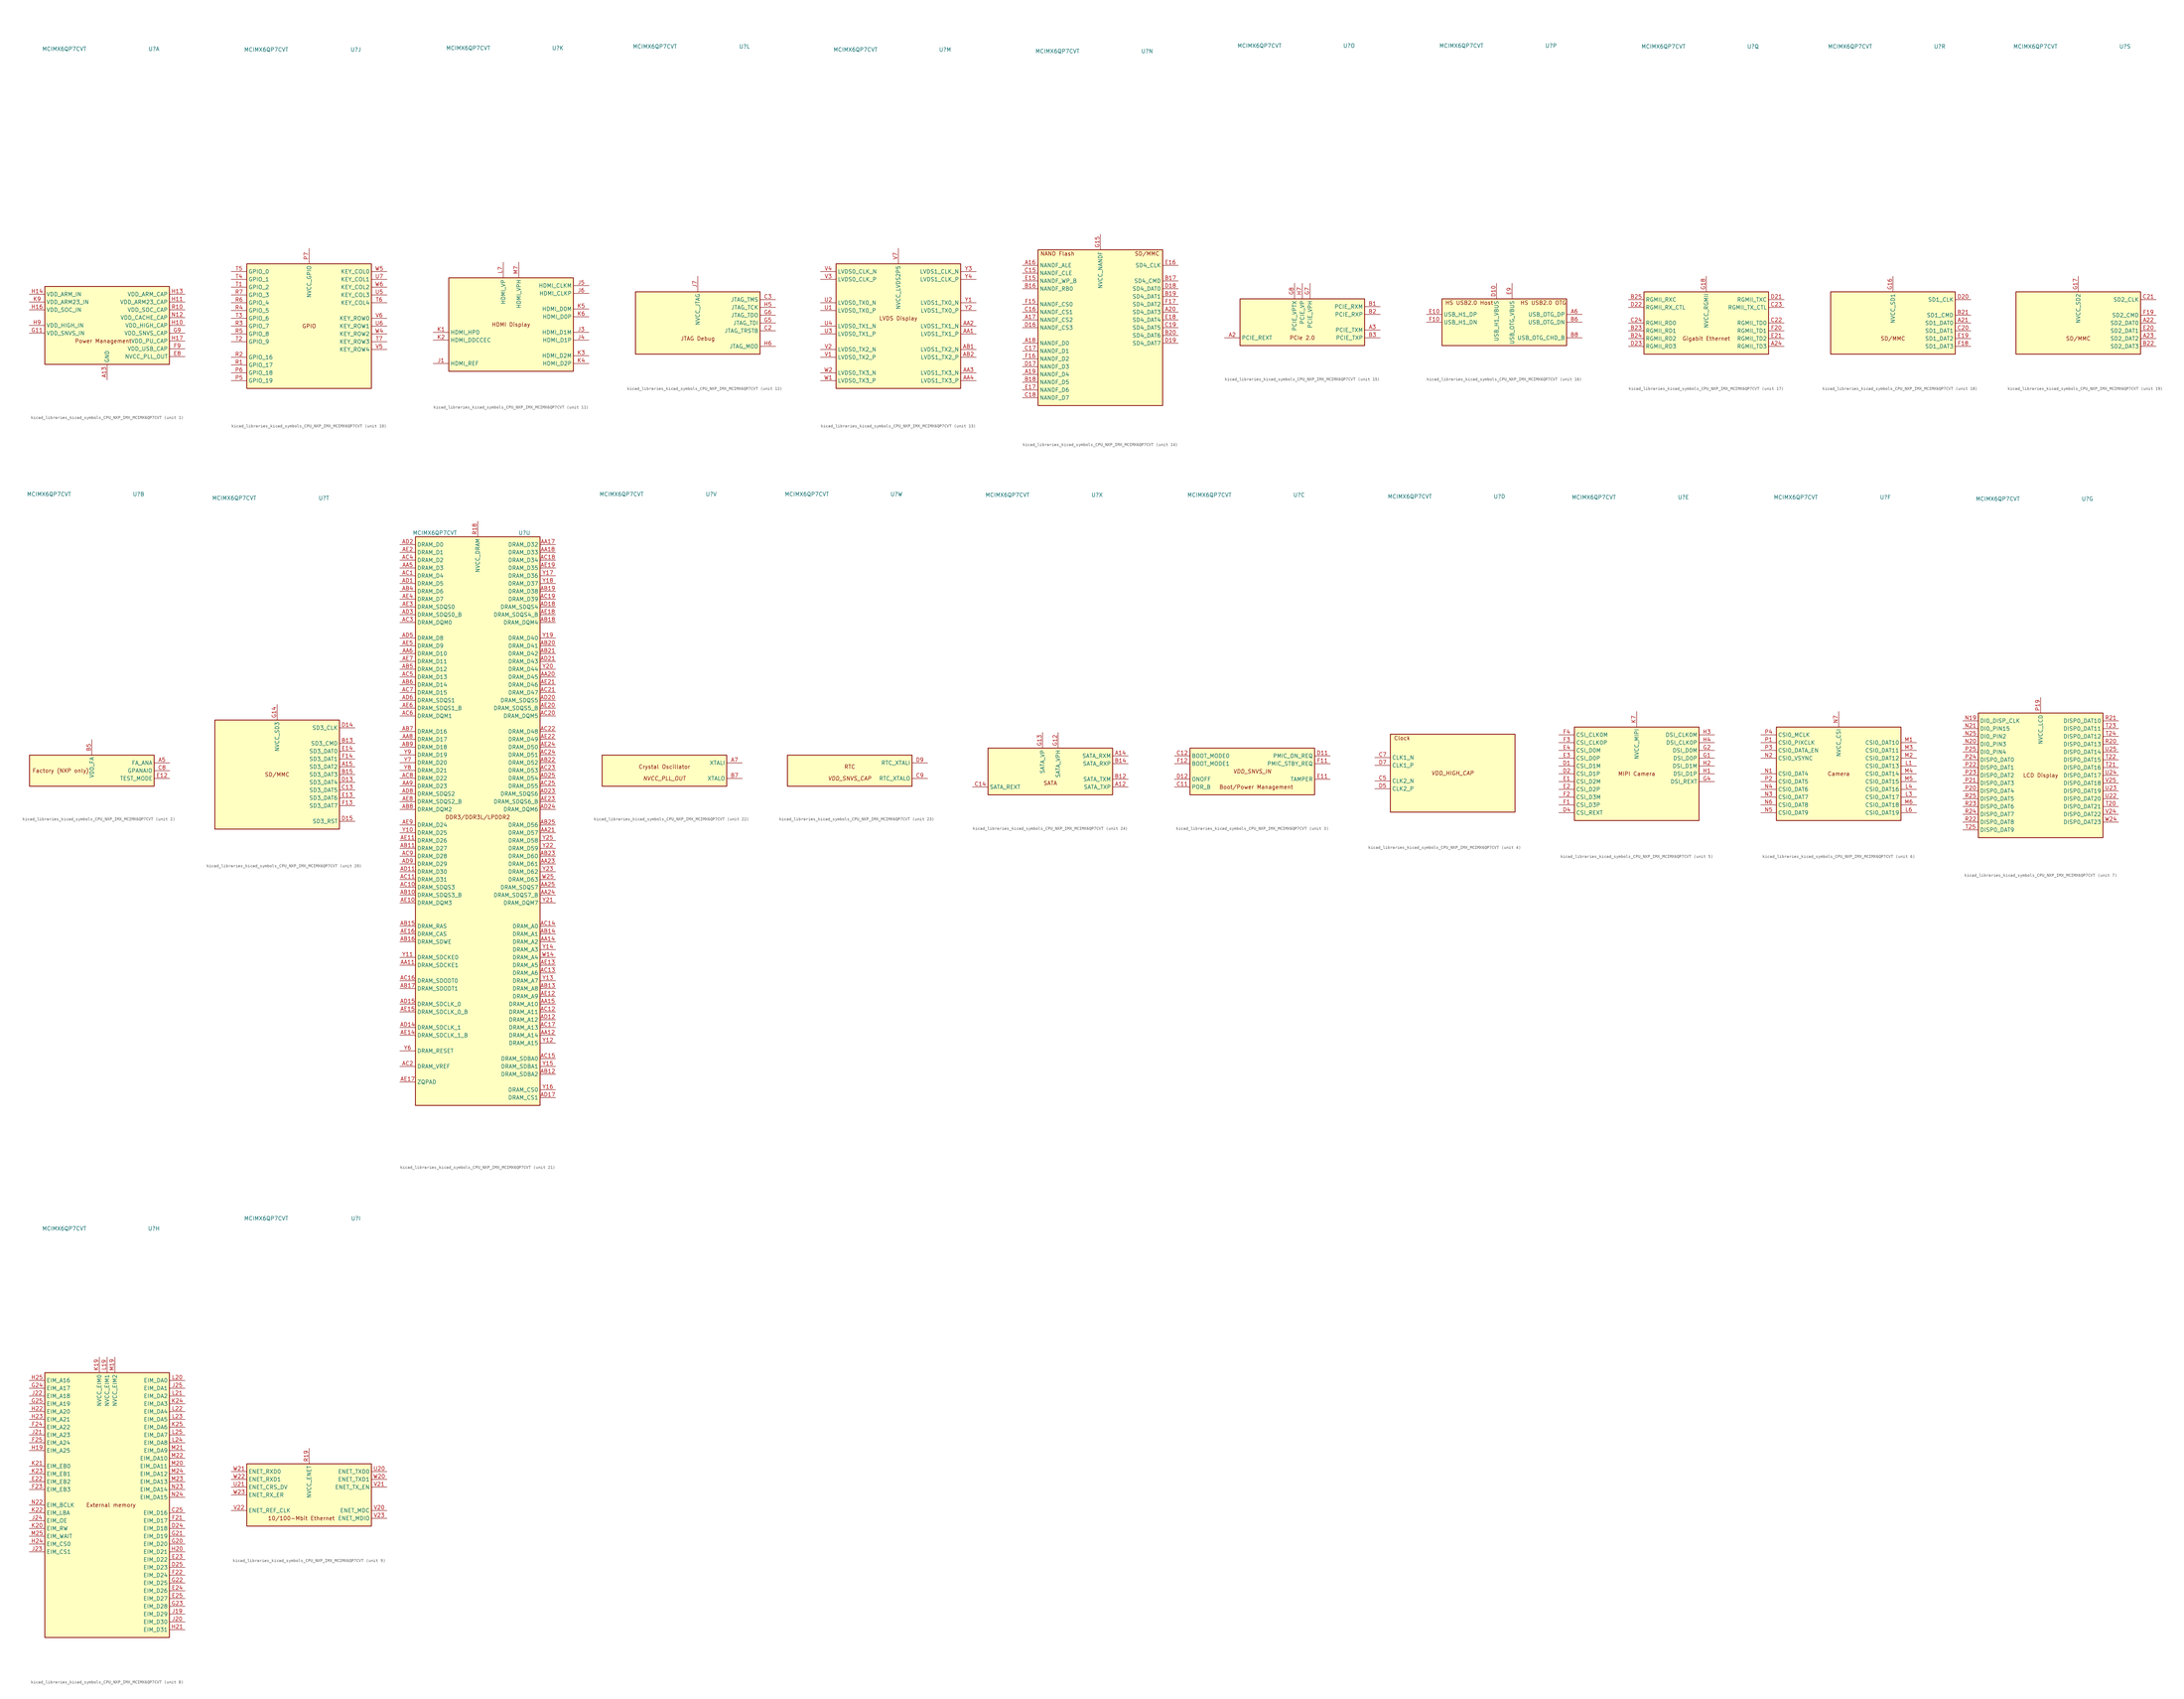
<source format=kicad_sym>
(kicad_symbol_lib
  (version 20220914)
  (generator kicad_symbol_editor)
  (symbol "kicad_libraries_kicad_symbols_CPU_NXP_IMX_MCIMX6QP7CVT"
    (property "Reference" "U"
      (at 15.24 90.17 0)
      (effects (font (size 1.27 1.27))))
    (property "Value" "MCIMX6QP7CVT"
      (at -13.97 90.17 0)
      (effects (font (size 1.27 1.27))))
    (property "ki_locked" ""
      (at 0 0 0)
      (effects (font (size 1.27 1.27))))
    (symbol "kicad_libraries_kicad_symbols_CPU_NXP_IMX_MCIMX6QP7CVT_1_0"
      (text "Power Management" (at -1.27 -5.08 0) (effects (font (size 1.27 1.27)))))
    (symbol "kicad_libraries_kicad_symbols_CPU_NXP_IMX_MCIMX6QP7CVT_1_1"
      (rectangle (start -20.32 12.7) (end 20.32 -12.7) (stroke (width 0.254) (type default)) (fill (type background)))
      (pin power_in line (at 0 -17.78 90) (length 5.08) (name "GND" (effects (font (size 1.27 1.27)))) (number "A13" (effects (font (size 1.27 1.27)))))
      (pin passive line (at 0 -17.78 90) (length 5.08) hide (name "GND" (effects (font (size 1.27 1.27)))) (number "A25" (effects (font (size 1.27 1.27)))))
      (pin passive line (at 0 -17.78 90) (length 5.08) hide (name "GND" (effects (font (size 1.27 1.27)))) (number "A4" (effects (font (size 1.27 1.27)))))
      (pin passive line (at 0 -17.78 90) (length 5.08) hide (name "GND" (effects (font (size 1.27 1.27)))) (number "A8" (effects (font (size 1.27 1.27)))))
      (pin passive line (at 0 -17.78 90) (length 5.08) hide (name "GND" (effects (font (size 1.27 1.27)))) (number "AA10" (effects (font (size 1.27 1.27)))))
      (pin passive line (at 0 -17.78 90) (length 5.08) hide (name "GND" (effects (font (size 1.27 1.27)))) (number "AA13" (effects (font (size 1.27 1.27)))))
      (pin passive line (at 0 -17.78 90) (length 5.08) hide (name "GND" (effects (font (size 1.27 1.27)))) (number "AA16" (effects (font (size 1.27 1.27)))))
      (pin passive line (at 0 -17.78 90) (length 5.08) hide (name "GND" (effects (font (size 1.27 1.27)))) (number "AA19" (effects (font (size 1.27 1.27)))))
      (pin passive line (at 0 -17.78 90) (length 5.08) hide (name "GND" (effects (font (size 1.27 1.27)))) (number "AA22" (effects (font (size 1.27 1.27)))))
      (pin passive line (at 0 -17.78 90) (length 5.08) hide (name "GND" (effects (font (size 1.27 1.27)))) (number "AA7" (effects (font (size 1.27 1.27)))))
      (pin passive line (at 0 -17.78 90) (length 5.08) hide (name "GND" (effects (font (size 1.27 1.27)))) (number "AB24" (effects (font (size 1.27 1.27)))))
      (pin passive line (at 0 -17.78 90) (length 5.08) hide (name "GND" (effects (font (size 1.27 1.27)))) (number "AB3" (effects (font (size 1.27 1.27)))))
      (pin passive line (at 0 -17.78 90) (length 5.08) hide (name "GND" (effects (font (size 1.27 1.27)))) (number "AD10" (effects (font (size 1.27 1.27)))))
      (pin passive line (at 0 -17.78 90) (length 5.08) hide (name "GND" (effects (font (size 1.27 1.27)))) (number "AD13" (effects (font (size 1.27 1.27)))))
      (pin passive line (at 0 -17.78 90) (length 5.08) hide (name "GND" (effects (font (size 1.27 1.27)))) (number "AD16" (effects (font (size 1.27 1.27)))))
      (pin passive line (at 0 -17.78 90) (length 5.08) hide (name "GND" (effects (font (size 1.27 1.27)))) (number "AD19" (effects (font (size 1.27 1.27)))))
      (pin passive line (at 0 -17.78 90) (length 5.08) hide (name "GND" (effects (font (size 1.27 1.27)))) (number "AD22" (effects (font (size 1.27 1.27)))))
      (pin passive line (at 0 -17.78 90) (length 5.08) hide (name "GND" (effects (font (size 1.27 1.27)))) (number "AD4" (effects (font (size 1.27 1.27)))))
      (pin passive line (at 0 -17.78 90) (length 5.08) hide (name "GND" (effects (font (size 1.27 1.27)))) (number "AD7" (effects (font (size 1.27 1.27)))))
      (pin passive line (at 0 -17.78 90) (length 5.08) hide (name "GND" (effects (font (size 1.27 1.27)))) (number "AE1" (effects (font (size 1.27 1.27)))))
      (pin passive line (at 0 -17.78 90) (length 5.08) hide (name "GND" (effects (font (size 1.27 1.27)))) (number "AE25" (effects (font (size 1.27 1.27)))))
      (pin passive line (at 0 -17.78 90) (length 5.08) hide (name "GND" (effects (font (size 1.27 1.27)))) (number "B4" (effects (font (size 1.27 1.27)))))
      (pin passive line (at 0 -17.78 90) (length 5.08) hide (name "GND" (effects (font (size 1.27 1.27)))) (number "C1" (effects (font (size 1.27 1.27)))))
      (pin passive line (at 0 -17.78 90) (length 5.08) hide (name "GND" (effects (font (size 1.27 1.27)))) (number "C10" (effects (font (size 1.27 1.27)))))
      (pin passive line (at 0 -17.78 90) (length 5.08) hide (name "GND" (effects (font (size 1.27 1.27)))) (number "C4" (effects (font (size 1.27 1.27)))))
      (pin passive line (at 0 -17.78 90) (length 5.08) hide (name "GND" (effects (font (size 1.27 1.27)))) (number "C6" (effects (font (size 1.27 1.27)))))
      (pin passive line (at 0 -17.78 90) (length 5.08) hide (name "GND" (effects (font (size 1.27 1.27)))) (number "D3" (effects (font (size 1.27 1.27)))))
      (pin passive line (at 0 -17.78 90) (length 5.08) hide (name "GND" (effects (font (size 1.27 1.27)))) (number "D6" (effects (font (size 1.27 1.27)))))
      (pin passive line (at 0 -17.78 90) (length 5.08) hide (name "GND" (effects (font (size 1.27 1.27)))) (number "D8" (effects (font (size 1.27 1.27)))))
      (pin passive line (at 0 -17.78 90) (length 5.08) hide (name "GND" (effects (font (size 1.27 1.27)))) (number "E5" (effects (font (size 1.27 1.27)))))
      (pin passive line (at 0 -17.78 90) (length 5.08) hide (name "GND" (effects (font (size 1.27 1.27)))) (number "E6" (effects (font (size 1.27 1.27)))))
      (pin passive line (at 0 -17.78 90) (length 5.08) hide (name "GND" (effects (font (size 1.27 1.27)))) (number "E7" (effects (font (size 1.27 1.27)))))
      (pin power_out line (at 25.4 -10.16 180) (length 5.08) (name "NVCC_PLL_OUT" (effects (font (size 1.27 1.27)))) (number "E8" (effects (font (size 1.27 1.27)))))
      (pin passive line (at 0 -17.78 90) (length 5.08) hide (name "GND" (effects (font (size 1.27 1.27)))) (number "F5" (effects (font (size 1.27 1.27)))))
      (pin passive line (at 0 -17.78 90) (length 5.08) hide (name "GND" (effects (font (size 1.27 1.27)))) (number "F6" (effects (font (size 1.27 1.27)))))
      (pin passive line (at 0 -17.78 90) (length 5.08) hide (name "GND" (effects (font (size 1.27 1.27)))) (number "F7" (effects (font (size 1.27 1.27)))))
      (pin passive line (at 0 -17.78 90) (length 5.08) hide (name "GND" (effects (font (size 1.27 1.27)))) (number "F8" (effects (font (size 1.27 1.27)))))
      (pin power_out line (at 25.4 -7.62 180) (length 5.08) (name "VDD_USB_CAP" (effects (font (size 1.27 1.27)))) (number "F9" (effects (font (size 1.27 1.27)))))
      (pin passive line (at 0 -17.78 90) (length 5.08) hide (name "GND" (effects (font (size 1.27 1.27)))) (number "G10" (effects (font (size 1.27 1.27)))))
      (pin power_in line (at -25.4 -2.54 0) (length 5.08) (name "VDD_SNVS_IN" (effects (font (size 1.27 1.27)))) (number "G11" (effects (font (size 1.27 1.27)))))
      (pin passive line (at 0 -17.78 90) (length 5.08) hide (name "GND" (effects (font (size 1.27 1.27)))) (number "G19" (effects (font (size 1.27 1.27)))))
      (pin passive line (at 0 -17.78 90) (length 5.08) hide (name "GND" (effects (font (size 1.27 1.27)))) (number "G3" (effects (font (size 1.27 1.27)))))
      (pin power_out line (at 25.4 -2.54 180) (length 5.08) (name "VDD_SNVS_CAP" (effects (font (size 1.27 1.27)))) (number "G9" (effects (font (size 1.27 1.27)))))
      (pin power_out line (at 25.4 0 180) (length 5.08) (name "VDD_HIGH_CAP" (effects (font (size 1.27 1.27)))) (number "H10" (effects (font (size 1.27 1.27)))))
      (pin power_out line (at 25.4 7.62 180) (length 5.08) (name "VDD_ARM23_CAP" (effects (font (size 1.27 1.27)))) (number "H11" (effects (font (size 1.27 1.27)))))
      (pin passive line (at 0 -17.78 90) (length 5.08) hide (name "GND" (effects (font (size 1.27 1.27)))) (number "H12" (effects (font (size 1.27 1.27)))))
      (pin power_out line (at 25.4 10.16 180) (length 5.08) (name "VDD_ARM_CAP" (effects (font (size 1.27 1.27)))) (number "H13" (effects (font (size 1.27 1.27)))))
      (pin power_in line (at -25.4 10.16 0) (length 5.08) (name "VDD_ARM_IN" (effects (font (size 1.27 1.27)))) (number "H14" (effects (font (size 1.27 1.27)))))
      (pin passive line (at 0 -17.78 90) (length 5.08) hide (name "GND" (effects (font (size 1.27 1.27)))) (number "H15" (effects (font (size 1.27 1.27)))))
      (pin power_in line (at -25.4 5.08 0) (length 5.08) (name "VDD_SOC_IN" (effects (font (size 1.27 1.27)))) (number "H16" (effects (font (size 1.27 1.27)))))
      (pin power_out line (at 25.4 -5.08 180) (length 5.08) (name "VDD_PU_CAP" (effects (font (size 1.27 1.27)))) (number "H17" (effects (font (size 1.27 1.27)))))
      (pin passive line (at 0 -17.78 90) (length 5.08) hide (name "GND" (effects (font (size 1.27 1.27)))) (number "H18" (effects (font (size 1.27 1.27)))))
      (pin passive line (at 0 -17.78 90) (length 5.08) hide (name "GND" (effects (font (size 1.27 1.27)))) (number "H8" (effects (font (size 1.27 1.27)))))
      (pin power_in line (at -25.4 0 0) (length 5.08) (name "VDD_HIGH_IN" (effects (font (size 1.27 1.27)))) (number "H9" (effects (font (size 1.27 1.27)))))
      (pin passive line (at 25.4 0 180) (length 5.08) hide (name "VDD_HIGH_CAP" (effects (font (size 1.27 1.27)))) (number "J10" (effects (font (size 1.27 1.27)))))
      (pin passive line (at 25.4 7.62 180) (length 5.08) hide (name "VDD_ARM23_CAP" (effects (font (size 1.27 1.27)))) (number "J11" (effects (font (size 1.27 1.27)))))
      (pin passive line (at 0 -17.78 90) (length 5.08) hide (name "GND" (effects (font (size 1.27 1.27)))) (number "J12" (effects (font (size 1.27 1.27)))))
      (pin passive line (at 25.4 10.16 180) (length 5.08) hide (name "VDD_ARM_CAP" (effects (font (size 1.27 1.27)))) (number "J13" (effects (font (size 1.27 1.27)))))
      (pin passive line (at -25.4 10.16 0) (length 5.08) hide (name "VDD_ARM_IN" (effects (font (size 1.27 1.27)))) (number "J14" (effects (font (size 1.27 1.27)))))
      (pin passive line (at 0 -17.78 90) (length 5.08) hide (name "GND" (effects (font (size 1.27 1.27)))) (number "J15" (effects (font (size 1.27 1.27)))))
      (pin passive line (at -25.4 5.08 0) (length 5.08) hide (name "VDD_SOC_IN" (effects (font (size 1.27 1.27)))) (number "J16" (effects (font (size 1.27 1.27)))))
      (pin passive line (at 25.4 -5.08 180) (length 5.08) hide (name "VDD_PU_CAP" (effects (font (size 1.27 1.27)))) (number "J17" (effects (font (size 1.27 1.27)))))
      (pin passive line (at 0 -17.78 90) (length 5.08) hide (name "GND" (effects (font (size 1.27 1.27)))) (number "J18" (effects (font (size 1.27 1.27)))))
      (pin passive line (at 0 -17.78 90) (length 5.08) hide (name "GND" (effects (font (size 1.27 1.27)))) (number "J2" (effects (font (size 1.27 1.27)))))
      (pin passive line (at 0 -17.78 90) (length 5.08) hide (name "GND" (effects (font (size 1.27 1.27)))) (number "J8" (effects (font (size 1.27 1.27)))))
      (pin passive line (at -25.4 0 0) (length 5.08) hide (name "VDD_HIGH_IN" (effects (font (size 1.27 1.27)))) (number "J9" (effects (font (size 1.27 1.27)))))
      (pin passive line (at 0 -17.78 90) (length 5.08) hide (name "GND" (effects (font (size 1.27 1.27)))) (number "K10" (effects (font (size 1.27 1.27)))))
      (pin passive line (at 25.4 7.62 180) (length 5.08) hide (name "VDD_ARM23_CAP" (effects (font (size 1.27 1.27)))) (number "K11" (effects (font (size 1.27 1.27)))))
      (pin passive line (at 0 -17.78 90) (length 5.08) hide (name "GND" (effects (font (size 1.27 1.27)))) (number "K12" (effects (font (size 1.27 1.27)))))
      (pin passive line (at 25.4 10.16 180) (length 5.08) hide (name "VDD_ARM_CAP" (effects (font (size 1.27 1.27)))) (number "K13" (effects (font (size 1.27 1.27)))))
      (pin passive line (at -25.4 10.16 0) (length 5.08) hide (name "VDD_ARM_IN" (effects (font (size 1.27 1.27)))) (number "K14" (effects (font (size 1.27 1.27)))))
      (pin passive line (at 0 -17.78 90) (length 5.08) hide (name "GND" (effects (font (size 1.27 1.27)))) (number "K15" (effects (font (size 1.27 1.27)))))
      (pin passive line (at -25.4 5.08 0) (length 5.08) hide (name "VDD_SOC_IN" (effects (font (size 1.27 1.27)))) (number "K16" (effects (font (size 1.27 1.27)))))
      (pin passive line (at 25.4 -5.08 180) (length 5.08) hide (name "VDD_PU_CAP" (effects (font (size 1.27 1.27)))) (number "K17" (effects (font (size 1.27 1.27)))))
      (pin passive line (at 0 -17.78 90) (length 5.08) hide (name "GND" (effects (font (size 1.27 1.27)))) (number "K18" (effects (font (size 1.27 1.27)))))
      (pin passive line (at 0 -17.78 90) (length 5.08) hide (name "GND" (effects (font (size 1.27 1.27)))) (number "K8" (effects (font (size 1.27 1.27)))))
      (pin power_in line (at -25.4 7.62 0) (length 5.08) (name "VDD_ARM23_IN" (effects (font (size 1.27 1.27)))) (number "K9" (effects (font (size 1.27 1.27)))))
      (pin passive line (at 0 -17.78 90) (length 5.08) hide (name "GND" (effects (font (size 1.27 1.27)))) (number "L10" (effects (font (size 1.27 1.27)))))
      (pin passive line (at 25.4 7.62 180) (length 5.08) hide (name "VDD_ARM23_CAP" (effects (font (size 1.27 1.27)))) (number "L11" (effects (font (size 1.27 1.27)))))
      (pin passive line (at 0 -17.78 90) (length 5.08) hide (name "GND" (effects (font (size 1.27 1.27)))) (number "L12" (effects (font (size 1.27 1.27)))))
      (pin passive line (at 25.4 10.16 180) (length 5.08) hide (name "VDD_ARM_CAP" (effects (font (size 1.27 1.27)))) (number "L13" (effects (font (size 1.27 1.27)))))
      (pin passive line (at -25.4 10.16 0) (length 5.08) hide (name "VDD_ARM_IN" (effects (font (size 1.27 1.27)))) (number "L14" (effects (font (size 1.27 1.27)))))
      (pin passive line (at 0 -17.78 90) (length 5.08) hide (name "GND" (effects (font (size 1.27 1.27)))) (number "L15" (effects (font (size 1.27 1.27)))))
      (pin passive line (at -25.4 5.08 0) (length 5.08) hide (name "VDD_SOC_IN" (effects (font (size 1.27 1.27)))) (number "L16" (effects (font (size 1.27 1.27)))))
      (pin passive line (at 25.4 -5.08 180) (length 5.08) hide (name "VDD_PU_CAP" (effects (font (size 1.27 1.27)))) (number "L17" (effects (font (size 1.27 1.27)))))
      (pin passive line (at 0 -17.78 90) (length 5.08) hide (name "GND" (effects (font (size 1.27 1.27)))) (number "L18" (effects (font (size 1.27 1.27)))))
      (pin passive line (at 0 -17.78 90) (length 5.08) hide (name "GND" (effects (font (size 1.27 1.27)))) (number "L2" (effects (font (size 1.27 1.27)))))
      (pin passive line (at 0 -17.78 90) (length 5.08) hide (name "GND" (effects (font (size 1.27 1.27)))) (number "L5" (effects (font (size 1.27 1.27)))))
      (pin passive line (at 0 -17.78 90) (length 5.08) hide (name "GND" (effects (font (size 1.27 1.27)))) (number "L8" (effects (font (size 1.27 1.27)))))
      (pin passive line (at -25.4 7.62 0) (length 5.08) hide (name "VDD_ARM23_IN" (effects (font (size 1.27 1.27)))) (number "L9" (effects (font (size 1.27 1.27)))))
      (pin passive line (at 0 -17.78 90) (length 5.08) hide (name "GND" (effects (font (size 1.27 1.27)))) (number "M10" (effects (font (size 1.27 1.27)))))
      (pin passive line (at 25.4 7.62 180) (length 5.08) hide (name "VDD_ARM23_CAP" (effects (font (size 1.27 1.27)))) (number "M11" (effects (font (size 1.27 1.27)))))
      (pin passive line (at 0 -17.78 90) (length 5.08) hide (name "GND" (effects (font (size 1.27 1.27)))) (number "M12" (effects (font (size 1.27 1.27)))))
      (pin passive line (at 25.4 10.16 180) (length 5.08) hide (name "VDD_ARM_CAP" (effects (font (size 1.27 1.27)))) (number "M13" (effects (font (size 1.27 1.27)))))
      (pin passive line (at -25.4 10.16 0) (length 5.08) hide (name "VDD_ARM_IN" (effects (font (size 1.27 1.27)))) (number "M14" (effects (font (size 1.27 1.27)))))
      (pin passive line (at 0 -17.78 90) (length 5.08) hide (name "GND" (effects (font (size 1.27 1.27)))) (number "M15" (effects (font (size 1.27 1.27)))))
      (pin passive line (at -25.4 5.08 0) (length 5.08) hide (name "VDD_SOC_IN" (effects (font (size 1.27 1.27)))) (number "M16" (effects (font (size 1.27 1.27)))))
      (pin passive line (at 25.4 -5.08 180) (length 5.08) hide (name "VDD_PU_CAP" (effects (font (size 1.27 1.27)))) (number "M17" (effects (font (size 1.27 1.27)))))
      (pin passive line (at 0 -17.78 90) (length 5.08) hide (name "GND" (effects (font (size 1.27 1.27)))) (number "M18" (effects (font (size 1.27 1.27)))))
      (pin passive line (at 0 -17.78 90) (length 5.08) hide (name "GND" (effects (font (size 1.27 1.27)))) (number "M8" (effects (font (size 1.27 1.27)))))
      (pin passive line (at -25.4 7.62 0) (length 5.08) hide (name "VDD_ARM23_IN" (effects (font (size 1.27 1.27)))) (number "M9" (effects (font (size 1.27 1.27)))))
      (pin passive line (at 0 -17.78 90) (length 5.08) hide (name "GND" (effects (font (size 1.27 1.27)))) (number "N10" (effects (font (size 1.27 1.27)))))
      (pin passive line (at 25.4 7.62 180) (length 5.08) hide (name "VDD_ARM23_CAP" (effects (font (size 1.27 1.27)))) (number "N11" (effects (font (size 1.27 1.27)))))
      (pin power_in line (at 25.4 2.54 180) (length 5.08) (name "VDD_CACHE_CAP" (effects (font (size 1.27 1.27)))) (number "N12" (effects (font (size 1.27 1.27)))))
      (pin passive line (at 25.4 10.16 180) (length 5.08) hide (name "VDD_ARM_CAP" (effects (font (size 1.27 1.27)))) (number "N13" (effects (font (size 1.27 1.27)))))
      (pin passive line (at -25.4 10.16 0) (length 5.08) hide (name "VDD_ARM_IN" (effects (font (size 1.27 1.27)))) (number "N14" (effects (font (size 1.27 1.27)))))
      (pin passive line (at 0 -17.78 90) (length 5.08) hide (name "GND" (effects (font (size 1.27 1.27)))) (number "N15" (effects (font (size 1.27 1.27)))))
      (pin passive line (at -25.4 5.08 0) (length 5.08) hide (name "VDD_SOC_IN" (effects (font (size 1.27 1.27)))) (number "N16" (effects (font (size 1.27 1.27)))))
      (pin passive line (at 25.4 -5.08 180) (length 5.08) hide (name "VDD_PU_CAP" (effects (font (size 1.27 1.27)))) (number "N17" (effects (font (size 1.27 1.27)))))
      (pin passive line (at 0 -17.78 90) (length 5.08) hide (name "GND" (effects (font (size 1.27 1.27)))) (number "N18" (effects (font (size 1.27 1.27)))))
      (pin passive line (at 0 -17.78 90) (length 5.08) hide (name "GND" (effects (font (size 1.27 1.27)))) (number "N8" (effects (font (size 1.27 1.27)))))
      (pin passive line (at -25.4 7.62 0) (length 5.08) hide (name "VDD_ARM23_IN" (effects (font (size 1.27 1.27)))) (number "N9" (effects (font (size 1.27 1.27)))))
      (pin passive line (at 0 -17.78 90) (length 5.08) hide (name "GND" (effects (font (size 1.27 1.27)))) (number "P10" (effects (font (size 1.27 1.27)))))
      (pin passive line (at 25.4 7.62 180) (length 5.08) hide (name "VDD_ARM23_CAP" (effects (font (size 1.27 1.27)))) (number "P11" (effects (font (size 1.27 1.27)))))
      (pin passive line (at 0 -17.78 90) (length 5.08) hide (name "GND" (effects (font (size 1.27 1.27)))) (number "P12" (effects (font (size 1.27 1.27)))))
      (pin passive line (at 25.4 10.16 180) (length 5.08) hide (name "VDD_ARM_CAP" (effects (font (size 1.27 1.27)))) (number "P13" (effects (font (size 1.27 1.27)))))
      (pin passive line (at -25.4 10.16 0) (length 5.08) hide (name "VDD_ARM_IN" (effects (font (size 1.27 1.27)))) (number "P14" (effects (font (size 1.27 1.27)))))
      (pin passive line (at 0 -17.78 90) (length 5.08) hide (name "GND" (effects (font (size 1.27 1.27)))) (number "P15" (effects (font (size 1.27 1.27)))))
      (pin passive line (at -25.4 5.08 0) (length 5.08) hide (name "VDD_SOC_IN" (effects (font (size 1.27 1.27)))) (number "P16" (effects (font (size 1.27 1.27)))))
      (pin passive line (at 25.4 -5.08 180) (length 5.08) hide (name "VDD_PU_CAP" (effects (font (size 1.27 1.27)))) (number "P17" (effects (font (size 1.27 1.27)))))
      (pin passive line (at 0 -17.78 90) (length 5.08) hide (name "GND" (effects (font (size 1.27 1.27)))) (number "P18" (effects (font (size 1.27 1.27)))))
      (pin passive line (at 0 -17.78 90) (length 5.08) hide (name "GND" (effects (font (size 1.27 1.27)))) (number "P8" (effects (font (size 1.27 1.27)))))
      (pin passive line (at -25.4 7.62 0) (length 5.08) hide (name "VDD_ARM23_IN" (effects (font (size 1.27 1.27)))) (number "P9" (effects (font (size 1.27 1.27)))))
      (pin power_out line (at 25.4 5.08 180) (length 5.08) (name "VDD_SOC_CAP" (effects (font (size 1.27 1.27)))) (number "R10" (effects (font (size 1.27 1.27)))))
      (pin passive line (at 25.4 7.62 180) (length 5.08) hide (name "VDD_ARM23_CAP" (effects (font (size 1.27 1.27)))) (number "R11" (effects (font (size 1.27 1.27)))))
      (pin passive line (at 0 -17.78 90) (length 5.08) hide (name "GND" (effects (font (size 1.27 1.27)))) (number "R12" (effects (font (size 1.27 1.27)))))
      (pin passive line (at 25.4 10.16 180) (length 5.08) hide (name "VDD_ARM_CAP" (effects (font (size 1.27 1.27)))) (number "R13" (effects (font (size 1.27 1.27)))))
      (pin passive line (at -25.4 10.16 0) (length 5.08) hide (name "VDD_ARM_IN" (effects (font (size 1.27 1.27)))) (number "R14" (effects (font (size 1.27 1.27)))))
      (pin passive line (at 0 -17.78 90) (length 5.08) hide (name "GND" (effects (font (size 1.27 1.27)))) (number "R15" (effects (font (size 1.27 1.27)))))
      (pin passive line (at -25.4 5.08 0) (length 5.08) hide (name "VDD_SOC_IN" (effects (font (size 1.27 1.27)))) (number "R16" (effects (font (size 1.27 1.27)))))
      (pin passive line (at 0 -17.78 90) (length 5.08) hide (name "GND" (effects (font (size 1.27 1.27)))) (number "R17" (effects (font (size 1.27 1.27)))))
      (pin passive line (at 0 -17.78 90) (length 5.08) hide (name "GND" (effects (font (size 1.27 1.27)))) (number "R8" (effects (font (size 1.27 1.27)))))
      (pin passive line (at -25.4 7.62 0) (length 5.08) hide (name "VDD_ARM23_IN" (effects (font (size 1.27 1.27)))) (number "R9" (effects (font (size 1.27 1.27)))))
      (pin passive line (at 25.4 5.08 180) (length 5.08) hide (name "VDD_SOC_CAP" (effects (font (size 1.27 1.27)))) (number "T10" (effects (font (size 1.27 1.27)))))
      (pin passive line (at 0 -17.78 90) (length 5.08) hide (name "GND" (effects (font (size 1.27 1.27)))) (number "T11" (effects (font (size 1.27 1.27)))))
      (pin passive line (at 0 -17.78 90) (length 5.08) hide (name "GND" (effects (font (size 1.27 1.27)))) (number "T12" (effects (font (size 1.27 1.27)))))
      (pin passive line (at 25.4 5.08 180) (length 5.08) hide (name "VDD_SOC_CAP" (effects (font (size 1.27 1.27)))) (number "T13" (effects (font (size 1.27 1.27)))))
      (pin passive line (at 25.4 5.08 180) (length 5.08) hide (name "VDD_SOC_CAP" (effects (font (size 1.27 1.27)))) (number "T14" (effects (font (size 1.27 1.27)))))
      (pin passive line (at 0 -17.78 90) (length 5.08) hide (name "GND" (effects (font (size 1.27 1.27)))) (number "T15" (effects (font (size 1.27 1.27)))))
      (pin passive line (at -25.4 5.08 0) (length 5.08) hide (name "VDD_SOC_IN" (effects (font (size 1.27 1.27)))) (number "T16" (effects (font (size 1.27 1.27)))))
      (pin passive line (at 0 -17.78 90) (length 5.08) hide (name "GND" (effects (font (size 1.27 1.27)))) (number "T17" (effects (font (size 1.27 1.27)))))
      (pin passive line (at 0 -17.78 90) (length 5.08) hide (name "GND" (effects (font (size 1.27 1.27)))) (number "T19" (effects (font (size 1.27 1.27)))))
      (pin passive line (at 0 -17.78 90) (length 5.08) hide (name "GND" (effects (font (size 1.27 1.27)))) (number "T8" (effects (font (size 1.27 1.27)))))
      (pin passive line (at -25.4 7.62 0) (length 5.08) hide (name "VDD_ARM23_IN" (effects (font (size 1.27 1.27)))) (number "T9" (effects (font (size 1.27 1.27)))))
      (pin passive line (at 25.4 5.08 180) (length 5.08) hide (name "VDD_SOC_CAP" (effects (font (size 1.27 1.27)))) (number "U10" (effects (font (size 1.27 1.27)))))
      (pin passive line (at 0 -17.78 90) (length 5.08) hide (name "GND" (effects (font (size 1.27 1.27)))) (number "U11" (effects (font (size 1.27 1.27)))))
      (pin passive line (at 0 -17.78 90) (length 5.08) hide (name "GND" (effects (font (size 1.27 1.27)))) (number "U12" (effects (font (size 1.27 1.27)))))
      (pin passive line (at 25.4 5.08 180) (length 5.08) hide (name "VDD_SOC_CAP" (effects (font (size 1.27 1.27)))) (number "U13" (effects (font (size 1.27 1.27)))))
      (pin passive line (at 25.4 5.08 180) (length 5.08) hide (name "VDD_SOC_CAP" (effects (font (size 1.27 1.27)))) (number "U14" (effects (font (size 1.27 1.27)))))
      (pin passive line (at 0 -17.78 90) (length 5.08) hide (name "GND" (effects (font (size 1.27 1.27)))) (number "U15" (effects (font (size 1.27 1.27)))))
      (pin passive line (at -25.4 5.08 0) (length 5.08) hide (name "VDD_SOC_IN" (effects (font (size 1.27 1.27)))) (number "U16" (effects (font (size 1.27 1.27)))))
      (pin passive line (at 0 -17.78 90) (length 5.08) hide (name "GND" (effects (font (size 1.27 1.27)))) (number "U17" (effects (font (size 1.27 1.27)))))
      (pin passive line (at 0 -17.78 90) (length 5.08) hide (name "GND" (effects (font (size 1.27 1.27)))) (number "U19" (effects (font (size 1.27 1.27)))))
      (pin passive line (at 0 -17.78 90) (length 5.08) hide (name "GND" (effects (font (size 1.27 1.27)))) (number "U8" (effects (font (size 1.27 1.27)))))
      (pin passive line (at -25.4 7.62 0) (length 5.08) hide (name "VDD_ARM23_IN" (effects (font (size 1.27 1.27)))) (number "U9" (effects (font (size 1.27 1.27)))))
      (pin passive line (at 0 -17.78 90) (length 5.08) hide (name "GND" (effects (font (size 1.27 1.27)))) (number "V19" (effects (font (size 1.27 1.27)))))
      (pin passive line (at 0 -17.78 90) (length 5.08) hide (name "GND" (effects (font (size 1.27 1.27)))) (number "V8" (effects (font (size 1.27 1.27)))))
      (pin passive line (at 0 -17.78 90) (length 5.08) hide (name "GND" (effects (font (size 1.27 1.27)))) (number "W10" (effects (font (size 1.27 1.27)))))
      (pin passive line (at 0 -17.78 90) (length 5.08) hide (name "GND" (effects (font (size 1.27 1.27)))) (number "W11" (effects (font (size 1.27 1.27)))))
      (pin passive line (at 0 -17.78 90) (length 5.08) hide (name "GND" (effects (font (size 1.27 1.27)))) (number "W12" (effects (font (size 1.27 1.27)))))
      (pin passive line (at 0 -17.78 90) (length 5.08) hide (name "GND" (effects (font (size 1.27 1.27)))) (number "W13" (effects (font (size 1.27 1.27)))))
      (pin passive line (at 0 -17.78 90) (length 5.08) hide (name "GND" (effects (font (size 1.27 1.27)))) (number "W15" (effects (font (size 1.27 1.27)))))
      (pin passive line (at 0 -17.78 90) (length 5.08) hide (name "GND" (effects (font (size 1.27 1.27)))) (number "W16" (effects (font (size 1.27 1.27)))))
      (pin passive line (at 0 -17.78 90) (length 5.08) hide (name "GND" (effects (font (size 1.27 1.27)))) (number "W17" (effects (font (size 1.27 1.27)))))
      (pin passive line (at 0 -17.78 90) (length 5.08) hide (name "GND" (effects (font (size 1.27 1.27)))) (number "W18" (effects (font (size 1.27 1.27)))))
      (pin passive line (at 0 -17.78 90) (length 5.08) hide (name "GND" (effects (font (size 1.27 1.27)))) (number "W19" (effects (font (size 1.27 1.27)))))
      (pin passive line (at 0 -17.78 90) (length 5.08) hide (name "GND" (effects (font (size 1.27 1.27)))) (number "W3" (effects (font (size 1.27 1.27)))))
      (pin passive line (at 0 -17.78 90) (length 5.08) hide (name "GND" (effects (font (size 1.27 1.27)))) (number "W7" (effects (font (size 1.27 1.27)))))
      (pin passive line (at 0 -17.78 90) (length 5.08) hide (name "GND" (effects (font (size 1.27 1.27)))) (number "W8" (effects (font (size 1.27 1.27)))))
      (pin passive line (at 0 -17.78 90) (length 5.08) hide (name "GND" (effects (font (size 1.27 1.27)))) (number "W9" (effects (font (size 1.27 1.27)))))
      (pin passive line (at 0 -17.78 90) (length 5.08) hide (name "GND" (effects (font (size 1.27 1.27)))) (number "Y24" (effects (font (size 1.27 1.27)))))
      (pin passive line (at 0 -17.78 90) (length 5.08) hide (name "GND" (effects (font (size 1.27 1.27)))) (number "Y5" (effects (font (size 1.27 1.27))))))
    (symbol "kicad_libraries_kicad_symbols_CPU_NXP_IMX_MCIMX6QP7CVT_2_0"
      (text "Factory (NXP only)" (at -10.16 0 0) (effects (font (size 1.27 1.27)))))
    (symbol "kicad_libraries_kicad_symbols_CPU_NXP_IMX_MCIMX6QP7CVT_2_1"
      (rectangle (start -20.32 5.08) (end 20.32 -5.08) (stroke (width 0.254) (type default)) (fill (type background)))
      (pin passive line (at 25.4 2.54 180) (length 5.08) (name "FA_ANA" (effects (font (size 1.27 1.27)))) (number "A5" (effects (font (size 1.27 1.27)))))
      (pin passive line (at 0 10.16 270) (length 5.08) (name "VDD_FA" (effects (font (size 1.27 1.27)))) (number "B5" (effects (font (size 1.27 1.27)))))
      (pin passive line (at 25.4 0 180) (length 5.08) (name "GPANAIO" (effects (font (size 1.27 1.27)))) (number "C8" (effects (font (size 1.27 1.27)))))
      (pin passive line (at 25.4 -2.54 180) (length 5.08) (name "TEST_MODE" (effects (font (size 1.27 1.27)))) (number "E12" (effects (font (size 1.27 1.27))))))
    (symbol "kicad_libraries_kicad_symbols_CPU_NXP_IMX_MCIMX6QP7CVT_3_0"
      (text "Boot/Power Management" (at 1.27 -5.08 0) (effects (font (size 1.27 1.27)))))
    (symbol "kicad_libraries_kicad_symbols_CPU_NXP_IMX_MCIMX6QP7CVT_3_1"
      (rectangle (start -20.32 7.62) (end 20.32 -7.62) (stroke (width 0.254) (type default)) (fill (type background)))
      (text "VDD_SNVS_IN" (at 0 0 0) (effects (font (size 1.27 1.27) italic)))
      (pin input line (at -25.4 -5.08 0) (length 5.08) (name "POR_B" (effects (font (size 1.27 1.27)))) (number "C11" (effects (font (size 1.27 1.27)))))
      (pin input line (at -25.4 5.08 0) (length 5.08) (name "BOOT_MODE0" (effects (font (size 1.27 1.27)))) (number "C12" (effects (font (size 1.27 1.27)))))
      (pin output line (at 25.4 5.08 180) (length 5.08) (name "PMIC_ON_REQ" (effects (font (size 1.27 1.27)))) (number "D11" (effects (font (size 1.27 1.27)))))
      (pin input line (at -25.4 -2.54 0) (length 5.08) (name "ONOFF" (effects (font (size 1.27 1.27)))) (number "D12" (effects (font (size 1.27 1.27)))))
      (pin input line (at 25.4 -2.54 180) (length 5.08) (name "TAMPER" (effects (font (size 1.27 1.27)))) (number "E11" (effects (font (size 1.27 1.27)))))
      (pin output line (at 25.4 2.54 180) (length 5.08) (name "PMIC_STBY_REQ" (effects (font (size 1.27 1.27)))) (number "F11" (effects (font (size 1.27 1.27)))))
      (pin input line (at -25.4 2.54 0) (length 5.08) (name "BOOT_MODE1" (effects (font (size 1.27 1.27)))) (number "F12" (effects (font (size 1.27 1.27))))))
    (symbol "kicad_libraries_kicad_symbols_CPU_NXP_IMX_MCIMX6QP7CVT_4_0"
      (text "Clock" (at -16.51 11.43 0) (effects (font (size 1.27 1.27)))))
    (symbol "kicad_libraries_kicad_symbols_CPU_NXP_IMX_MCIMX6QP7CVT_4_1"
      (rectangle (start -20.32 12.7) (end 20.32 -12.7) (stroke (width 0.254) (type default)) (fill (type background)))
      (text "VDD_HIGH_CAP" (at 0 0 0) (effects (font (size 1.27 1.27) italic)))
      (pin no_connect line (at 17.78 -2.54 180) (length 5.08) hide (name "NC" (effects (font (size 1.27 1.27)))) (number "A10" (effects (font (size 1.27 1.27)))))
      (pin no_connect line (at 17.78 7.62 180) (length 5.08) hide (name "NC" (effects (font (size 1.27 1.27)))) (number "A11" (effects (font (size 1.27 1.27)))))
      (pin no_connect line (at 17.78 -7.62 180) (length 5.08) hide (name "NC" (effects (font (size 1.27 1.27)))) (number "A9" (effects (font (size 1.27 1.27)))))
      (pin no_connect line (at 17.78 0 180) (length 5.08) hide (name "NC" (effects (font (size 1.27 1.27)))) (number "B10" (effects (font (size 1.27 1.27)))))
      (pin no_connect line (at 17.78 5.08 180) (length 5.08) hide (name "NC" (effects (font (size 1.27 1.27)))) (number "B11" (effects (font (size 1.27 1.27)))))
      (pin no_connect line (at 17.78 -10.16 180) (length 5.08) hide (name "NC" (effects (font (size 1.27 1.27)))) (number "B9" (effects (font (size 1.27 1.27)))))
      (pin bidirectional line (at -25.4 -2.54 0) (length 5.08) (name "CLK2_N" (effects (font (size 1.27 1.27)))) (number "C5" (effects (font (size 1.27 1.27)))))
      (pin bidirectional line (at -25.4 5.08 0) (length 5.08) (name "CLK1_N" (effects (font (size 1.27 1.27)))) (number "C7" (effects (font (size 1.27 1.27)))))
      (pin bidirectional line (at -25.4 -5.08 0) (length 5.08) (name "CLK2_P" (effects (font (size 1.27 1.27)))) (number "D5" (effects (font (size 1.27 1.27)))))
      (pin bidirectional line (at -25.4 2.54 0) (length 5.08) (name "CLK1_P" (effects (font (size 1.27 1.27)))) (number "D7" (effects (font (size 1.27 1.27))))))
    (symbol "kicad_libraries_kicad_symbols_CPU_NXP_IMX_MCIMX6QP7CVT_5_0"
      (text "MIPI Camera" (at 0 0 0) (effects (font (size 1.27 1.27)))))
    (symbol "kicad_libraries_kicad_symbols_CPU_NXP_IMX_MCIMX6QP7CVT_5_1"
      (rectangle (start -20.32 15.24) (end 20.32 -15.24) (stroke (width 0.254) (type default)) (fill (type background)))
      (pin input line (at -25.4 2.54 0) (length 5.08) (name "CSI_D1M" (effects (font (size 1.27 1.27)))) (number "D1" (effects (font (size 1.27 1.27)))))
      (pin input line (at -25.4 0 0) (length 5.08) (name "CSI_D1P" (effects (font (size 1.27 1.27)))) (number "D2" (effects (font (size 1.27 1.27)))))
      (pin passive line (at -25.4 -12.7 0) (length 5.08) (name "CSI_REXT" (effects (font (size 1.27 1.27)))) (number "D4" (effects (font (size 1.27 1.27)))))
      (pin input line (at -25.4 -2.54 0) (length 5.08) (name "CSI_D2M" (effects (font (size 1.27 1.27)))) (number "E1" (effects (font (size 1.27 1.27)))))
      (pin input line (at -25.4 -5.08 0) (length 5.08) (name "CSI_D2P" (effects (font (size 1.27 1.27)))) (number "E2" (effects (font (size 1.27 1.27)))))
      (pin input line (at -25.4 5.08 0) (length 5.08) (name "CSI_D0P" (effects (font (size 1.27 1.27)))) (number "E3" (effects (font (size 1.27 1.27)))))
      (pin input line (at -25.4 7.62 0) (length 5.08) (name "CSI_D0M" (effects (font (size 1.27 1.27)))) (number "E4" (effects (font (size 1.27 1.27)))))
      (pin input line (at -25.4 -10.16 0) (length 5.08) (name "CSI_D3P" (effects (font (size 1.27 1.27)))) (number "F1" (effects (font (size 1.27 1.27)))))
      (pin input line (at -25.4 -7.62 0) (length 5.08) (name "CSI_D3M" (effects (font (size 1.27 1.27)))) (number "F2" (effects (font (size 1.27 1.27)))))
      (pin input line (at -25.4 10.16 0) (length 5.08) (name "CSI_CLK0P" (effects (font (size 1.27 1.27)))) (number "F3" (effects (font (size 1.27 1.27)))))
      (pin input line (at -25.4 12.7 0) (length 5.08) (name "CSI_CLK0M" (effects (font (size 1.27 1.27)))) (number "F4" (effects (font (size 1.27 1.27)))))
      (pin output line (at 25.4 5.08 180) (length 5.08) (name "DSI_D0P" (effects (font (size 1.27 1.27)))) (number "G1" (effects (font (size 1.27 1.27)))))
      (pin output line (at 25.4 7.62 180) (length 5.08) (name "DSI_D0M" (effects (font (size 1.27 1.27)))) (number "G2" (effects (font (size 1.27 1.27)))))
      (pin passive line (at 25.4 -2.54 180) (length 5.08) (name "DSI_REXT" (effects (font (size 1.27 1.27)))) (number "G4" (effects (font (size 1.27 1.27)))))
      (pin output line (at 25.4 0 180) (length 5.08) (name "DSI_D1P" (effects (font (size 1.27 1.27)))) (number "H1" (effects (font (size 1.27 1.27)))))
      (pin output line (at 25.4 2.54 180) (length 5.08) (name "DSI_D1M" (effects (font (size 1.27 1.27)))) (number "H2" (effects (font (size 1.27 1.27)))))
      (pin output line (at 25.4 12.7 180) (length 5.08) (name "DSI_CLK0M" (effects (font (size 1.27 1.27)))) (number "H3" (effects (font (size 1.27 1.27)))))
      (pin output line (at 25.4 10.16 180) (length 5.08) (name "DSI_CLK0P" (effects (font (size 1.27 1.27)))) (number "H4" (effects (font (size 1.27 1.27)))))
      (pin power_in line (at 0 20.32 270) (length 5.08) (name "NVCC_MIPI" (effects (font (size 1.27 1.27)))) (number "K7" (effects (font (size 1.27 1.27))))))
    (symbol "kicad_libraries_kicad_symbols_CPU_NXP_IMX_MCIMX6QP7CVT_6_0"
      (text "Camera" (at 0 0 0) (effects (font (size 1.27 1.27)))))
    (symbol "kicad_libraries_kicad_symbols_CPU_NXP_IMX_MCIMX6QP7CVT_6_1"
      (rectangle (start -20.32 15.24) (end 20.32 -15.24) (stroke (width 0.254) (type default)) (fill (type background)))
      (pin bidirectional line (at 25.4 2.54 180) (length 5.08) (name "CSI0_DAT13" (effects (font (size 1.27 1.27)))) (number "L1" (effects (font (size 1.27 1.27)))))
      (pin bidirectional line (at 25.4 -7.62 180) (length 5.08) (name "CSI0_DAT17" (effects (font (size 1.27 1.27)))) (number "L3" (effects (font (size 1.27 1.27)))))
      (pin bidirectional line (at 25.4 -5.08 180) (length 5.08) (name "CSI0_DAT16" (effects (font (size 1.27 1.27)))) (number "L4" (effects (font (size 1.27 1.27)))))
      (pin bidirectional line (at 25.4 -12.7 180) (length 5.08) (name "CSI0_DAT19" (effects (font (size 1.27 1.27)))) (number "L6" (effects (font (size 1.27 1.27)))))
      (pin bidirectional line (at 25.4 10.16 180) (length 5.08) (name "CSI0_DAT10" (effects (font (size 1.27 1.27)))) (number "M1" (effects (font (size 1.27 1.27)))))
      (pin bidirectional line (at 25.4 5.08 180) (length 5.08) (name "CSI0_DAT12" (effects (font (size 1.27 1.27)))) (number "M2" (effects (font (size 1.27 1.27)))))
      (pin bidirectional line (at 25.4 7.62 180) (length 5.08) (name "CSI0_DAT11" (effects (font (size 1.27 1.27)))) (number "M3" (effects (font (size 1.27 1.27)))))
      (pin bidirectional line (at 25.4 0 180) (length 5.08) (name "CSI0_DAT14" (effects (font (size 1.27 1.27)))) (number "M4" (effects (font (size 1.27 1.27)))))
      (pin bidirectional line (at 25.4 -2.54 180) (length 5.08) (name "CSI0_DAT15" (effects (font (size 1.27 1.27)))) (number "M5" (effects (font (size 1.27 1.27)))))
      (pin bidirectional line (at 25.4 -10.16 180) (length 5.08) (name "CSI0_DAT18" (effects (font (size 1.27 1.27)))) (number "M6" (effects (font (size 1.27 1.27)))))
      (pin bidirectional line (at -25.4 0 0) (length 5.08) (name "CSI0_DAT4" (effects (font (size 1.27 1.27)))) (number "N1" (effects (font (size 1.27 1.27)))))
      (pin bidirectional line (at -25.4 5.08 0) (length 5.08) (name "CSI0_VSYNC" (effects (font (size 1.27 1.27)))) (number "N2" (effects (font (size 1.27 1.27)))))
      (pin bidirectional line (at -25.4 -7.62 0) (length 5.08) (name "CSI0_DAT7" (effects (font (size 1.27 1.27)))) (number "N3" (effects (font (size 1.27 1.27)))))
      (pin bidirectional line (at -25.4 -5.08 0) (length 5.08) (name "CSI0_DAT6" (effects (font (size 1.27 1.27)))) (number "N4" (effects (font (size 1.27 1.27)))))
      (pin bidirectional line (at -25.4 -12.7 0) (length 5.08) (name "CSI0_DAT9" (effects (font (size 1.27 1.27)))) (number "N5" (effects (font (size 1.27 1.27)))))
      (pin bidirectional line (at -25.4 -10.16 0) (length 5.08) (name "CSI0_DAT8" (effects (font (size 1.27 1.27)))) (number "N6" (effects (font (size 1.27 1.27)))))
      (pin power_in line (at 0 20.32 270) (length 5.08) (name "NVCC_CSI" (effects (font (size 1.27 1.27)))) (number "N7" (effects (font (size 1.27 1.27)))))
      (pin bidirectional line (at -25.4 10.16 0) (length 5.08) (name "CSI0_PIXCLK" (effects (font (size 1.27 1.27)))) (number "P1" (effects (font (size 1.27 1.27)))))
      (pin bidirectional line (at -25.4 -2.54 0) (length 5.08) (name "CSI0_DAT5" (effects (font (size 1.27 1.27)))) (number "P2" (effects (font (size 1.27 1.27)))))
      (pin bidirectional line (at -25.4 7.62 0) (length 5.08) (name "CSI0_DATA_EN" (effects (font (size 1.27 1.27)))) (number "P3" (effects (font (size 1.27 1.27)))))
      (pin bidirectional line (at -25.4 12.7 0) (length 5.08) (name "CSI0_MCLK" (effects (font (size 1.27 1.27)))) (number "P4" (effects (font (size 1.27 1.27))))))
    (symbol "kicad_libraries_kicad_symbols_CPU_NXP_IMX_MCIMX6QP7CVT_7_0"
      (text "LCD Display" (at 0 0 0) (effects (font (size 1.27 1.27)))))
    (symbol "kicad_libraries_kicad_symbols_CPU_NXP_IMX_MCIMX6QP7CVT_7_1"
      (rectangle (start -20.32 20.32) (end 20.32 -20.32) (stroke (width 0.254) (type default)) (fill (type background)))
      (pin bidirectional line (at -25.4 17.78 0) (length 5.08) (name "DI0_DISP_CLK" (effects (font (size 1.27 1.27)))) (number "N19" (effects (font (size 1.27 1.27)))))
      (pin bidirectional line (at -25.4 10.16 0) (length 5.08) (name "DI0_PIN3" (effects (font (size 1.27 1.27)))) (number "N20" (effects (font (size 1.27 1.27)))))
      (pin bidirectional line (at -25.4 15.24 0) (length 5.08) (name "DI0_PIN15" (effects (font (size 1.27 1.27)))) (number "N21" (effects (font (size 1.27 1.27)))))
      (pin bidirectional line (at -25.4 12.7 0) (length 5.08) (name "DI0_PIN2" (effects (font (size 1.27 1.27)))) (number "N25" (effects (font (size 1.27 1.27)))))
      (pin power_in line (at 0 25.4 270) (length 5.08) (name "NVCC_LCD" (effects (font (size 1.27 1.27)))) (number "P19" (effects (font (size 1.27 1.27)))))
      (pin bidirectional line (at -25.4 -5.08 0) (length 5.08) (name "DISP0_DAT4" (effects (font (size 1.27 1.27)))) (number "P20" (effects (font (size 1.27 1.27)))))
      (pin bidirectional line (at -25.4 -2.54 0) (length 5.08) (name "DISP0_DAT3" (effects (font (size 1.27 1.27)))) (number "P21" (effects (font (size 1.27 1.27)))))
      (pin bidirectional line (at -25.4 2.54 0) (length 5.08) (name "DISP0_DAT1" (effects (font (size 1.27 1.27)))) (number "P22" (effects (font (size 1.27 1.27)))))
      (pin bidirectional line (at -25.4 0 0) (length 5.08) (name "DISP0_DAT2" (effects (font (size 1.27 1.27)))) (number "P23" (effects (font (size 1.27 1.27)))))
      (pin bidirectional line (at -25.4 5.08 0) (length 5.08) (name "DISP0_DAT0" (effects (font (size 1.27 1.27)))) (number "P24" (effects (font (size 1.27 1.27)))))
      (pin bidirectional line (at -25.4 7.62 0) (length 5.08) (name "DI0_PIN4" (effects (font (size 1.27 1.27)))) (number "P25" (effects (font (size 1.27 1.27)))))
      (pin bidirectional line (at 25.4 10.16 180) (length 5.08) (name "DISP0_DAT13" (effects (font (size 1.27 1.27)))) (number "R20" (effects (font (size 1.27 1.27)))))
      (pin bidirectional line (at 25.4 17.78 180) (length 5.08) (name "DISP0_DAT10" (effects (font (size 1.27 1.27)))) (number "R21" (effects (font (size 1.27 1.27)))))
      (pin bidirectional line (at -25.4 -15.24 0) (length 5.08) (name "DISP0_DAT8" (effects (font (size 1.27 1.27)))) (number "R22" (effects (font (size 1.27 1.27)))))
      (pin bidirectional line (at -25.4 -10.16 0) (length 5.08) (name "DISP0_DAT6" (effects (font (size 1.27 1.27)))) (number "R23" (effects (font (size 1.27 1.27)))))
      (pin bidirectional line (at -25.4 -12.7 0) (length 5.08) (name "DISP0_DAT7" (effects (font (size 1.27 1.27)))) (number "R24" (effects (font (size 1.27 1.27)))))
      (pin bidirectional line (at -25.4 -7.62 0) (length 5.08) (name "DISP0_DAT5" (effects (font (size 1.27 1.27)))) (number "R25" (effects (font (size 1.27 1.27)))))
      (pin bidirectional line (at 25.4 -10.16 180) (length 5.08) (name "DISP0_DAT21" (effects (font (size 1.27 1.27)))) (number "T20" (effects (font (size 1.27 1.27)))))
      (pin bidirectional line (at 25.4 2.54 180) (length 5.08) (name "DISP0_DAT16" (effects (font (size 1.27 1.27)))) (number "T21" (effects (font (size 1.27 1.27)))))
      (pin bidirectional line (at 25.4 5.08 180) (length 5.08) (name "DISP0_DAT15" (effects (font (size 1.27 1.27)))) (number "T22" (effects (font (size 1.27 1.27)))))
      (pin bidirectional line (at 25.4 15.24 180) (length 5.08) (name "DISP0_DAT11" (effects (font (size 1.27 1.27)))) (number "T23" (effects (font (size 1.27 1.27)))))
      (pin bidirectional line (at 25.4 12.7 180) (length 5.08) (name "DISP0_DAT12" (effects (font (size 1.27 1.27)))) (number "T24" (effects (font (size 1.27 1.27)))))
      (pin bidirectional line (at -25.4 -17.78 0) (length 5.08) (name "DISP0_DAT9" (effects (font (size 1.27 1.27)))) (number "T25" (effects (font (size 1.27 1.27)))))
      (pin bidirectional line (at 25.4 -7.62 180) (length 5.08) (name "DISP0_DAT20" (effects (font (size 1.27 1.27)))) (number "U22" (effects (font (size 1.27 1.27)))))
      (pin bidirectional line (at 25.4 -5.08 180) (length 5.08) (name "DISP0_DAT19" (effects (font (size 1.27 1.27)))) (number "U23" (effects (font (size 1.27 1.27)))))
      (pin bidirectional line (at 25.4 0 180) (length 5.08) (name "DISP0_DAT17" (effects (font (size 1.27 1.27)))) (number "U24" (effects (font (size 1.27 1.27)))))
      (pin bidirectional line (at 25.4 7.62 180) (length 5.08) (name "DISP0_DAT14" (effects (font (size 1.27 1.27)))) (number "U25" (effects (font (size 1.27 1.27)))))
      (pin bidirectional line (at 25.4 -12.7 180) (length 5.08) (name "DISP0_DAT22" (effects (font (size 1.27 1.27)))) (number "V24" (effects (font (size 1.27 1.27)))))
      (pin bidirectional line (at 25.4 -2.54 180) (length 5.08) (name "DISP0_DAT18" (effects (font (size 1.27 1.27)))) (number "V25" (effects (font (size 1.27 1.27)))))
      (pin bidirectional line (at 25.4 -15.24 180) (length 5.08) (name "DISP0_DAT23" (effects (font (size 1.27 1.27)))) (number "W24" (effects (font (size 1.27 1.27))))))
    (symbol "kicad_libraries_kicad_symbols_CPU_NXP_IMX_MCIMX6QP7CVT_8_0"
      (text "External memory" (at 1.27 0 0) (effects (font (size 1.27 1.27)))))
    (symbol "kicad_libraries_kicad_symbols_CPU_NXP_IMX_MCIMX6QP7CVT_8_1"
      (rectangle (start -20.32 43.18) (end 20.32 -43.18) (stroke (width 0.254) (type default)) (fill (type background)))
      (pin bidirectional line (at 25.4 -2.54 180) (length 5.08) (name "EIM_D16" (effects (font (size 1.27 1.27)))) (number "C25" (effects (font (size 1.27 1.27)))))
      (pin bidirectional line (at 25.4 -7.62 180) (length 5.08) (name "EIM_D18" (effects (font (size 1.27 1.27)))) (number "D24" (effects (font (size 1.27 1.27)))))
      (pin bidirectional line (at 25.4 -20.32 180) (length 5.08) (name "EIM_D23" (effects (font (size 1.27 1.27)))) (number "D25" (effects (font (size 1.27 1.27)))))
      (pin bidirectional line (at -25.4 7.62 0) (length 5.08) (name "EIM_EB2" (effects (font (size 1.27 1.27)))) (number "E22" (effects (font (size 1.27 1.27)))))
      (pin bidirectional line (at 25.4 -17.78 180) (length 5.08) (name "EIM_D22" (effects (font (size 1.27 1.27)))) (number "E23" (effects (font (size 1.27 1.27)))))
      (pin bidirectional line (at 25.4 -27.94 180) (length 5.08) (name "EIM_D26" (effects (font (size 1.27 1.27)))) (number "E24" (effects (font (size 1.27 1.27)))))
      (pin bidirectional line (at 25.4 -30.48 180) (length 5.08) (name "EIM_D27" (effects (font (size 1.27 1.27)))) (number "E25" (effects (font (size 1.27 1.27)))))
      (pin bidirectional line (at 25.4 -5.08 180) (length 5.08) (name "EIM_D17" (effects (font (size 1.27 1.27)))) (number "F21" (effects (font (size 1.27 1.27)))))
      (pin bidirectional line (at 25.4 -22.86 180) (length 5.08) (name "EIM_D24" (effects (font (size 1.27 1.27)))) (number "F22" (effects (font (size 1.27 1.27)))))
      (pin bidirectional line (at -25.4 5.08 0) (length 5.08) (name "EIM_EB3" (effects (font (size 1.27 1.27)))) (number "F23" (effects (font (size 1.27 1.27)))))
      (pin bidirectional line (at -25.4 25.4 0) (length 5.08) (name "EIM_A22" (effects (font (size 1.27 1.27)))) (number "F24" (effects (font (size 1.27 1.27)))))
      (pin bidirectional line (at -25.4 20.32 0) (length 5.08) (name "EIM_A24" (effects (font (size 1.27 1.27)))) (number "F25" (effects (font (size 1.27 1.27)))))
      (pin bidirectional line (at 25.4 -12.7 180) (length 5.08) (name "EIM_D20" (effects (font (size 1.27 1.27)))) (number "G20" (effects (font (size 1.27 1.27)))))
      (pin bidirectional line (at 25.4 -10.16 180) (length 5.08) (name "EIM_D19" (effects (font (size 1.27 1.27)))) (number "G21" (effects (font (size 1.27 1.27)))))
      (pin bidirectional line (at 25.4 -25.4 180) (length 5.08) (name "EIM_D25" (effects (font (size 1.27 1.27)))) (number "G22" (effects (font (size 1.27 1.27)))))
      (pin bidirectional line (at 25.4 -33.02 180) (length 5.08) (name "EIM_D28" (effects (font (size 1.27 1.27)))) (number "G23" (effects (font (size 1.27 1.27)))))
      (pin bidirectional line (at -25.4 38.1 0) (length 5.08) (name "EIM_A17" (effects (font (size 1.27 1.27)))) (number "G24" (effects (font (size 1.27 1.27)))))
      (pin bidirectional line (at -25.4 33.02 0) (length 5.08) (name "EIM_A19" (effects (font (size 1.27 1.27)))) (number "G25" (effects (font (size 1.27 1.27)))))
      (pin bidirectional line (at -25.4 17.78 0) (length 5.08) (name "EIM_A25" (effects (font (size 1.27 1.27)))) (number "H19" (effects (font (size 1.27 1.27)))))
      (pin bidirectional line (at 25.4 -15.24 180) (length 5.08) (name "EIM_D21" (effects (font (size 1.27 1.27)))) (number "H20" (effects (font (size 1.27 1.27)))))
      (pin bidirectional line (at 25.4 -40.64 180) (length 5.08) (name "EIM_D31" (effects (font (size 1.27 1.27)))) (number "H21" (effects (font (size 1.27 1.27)))))
      (pin bidirectional line (at -25.4 30.48 0) (length 5.08) (name "EIM_A20" (effects (font (size 1.27 1.27)))) (number "H22" (effects (font (size 1.27 1.27)))))
      (pin bidirectional line (at -25.4 27.94 0) (length 5.08) (name "EIM_A21" (effects (font (size 1.27 1.27)))) (number "H23" (effects (font (size 1.27 1.27)))))
      (pin bidirectional line (at -25.4 -12.7 0) (length 5.08) (name "EIM_CS0" (effects (font (size 1.27 1.27)))) (number "H24" (effects (font (size 1.27 1.27)))))
      (pin bidirectional line (at -25.4 40.64 0) (length 5.08) (name "EIM_A16" (effects (font (size 1.27 1.27)))) (number "H25" (effects (font (size 1.27 1.27)))))
      (pin bidirectional line (at 25.4 -35.56 180) (length 5.08) (name "EIM_D29" (effects (font (size 1.27 1.27)))) (number "J19" (effects (font (size 1.27 1.27)))))
      (pin bidirectional line (at 25.4 -38.1 180) (length 5.08) (name "EIM_D30" (effects (font (size 1.27 1.27)))) (number "J20" (effects (font (size 1.27 1.27)))))
      (pin bidirectional line (at -25.4 22.86 0) (length 5.08) (name "EIM_A23" (effects (font (size 1.27 1.27)))) (number "J21" (effects (font (size 1.27 1.27)))))
      (pin bidirectional line (at -25.4 35.56 0) (length 5.08) (name "EIM_A18" (effects (font (size 1.27 1.27)))) (number "J22" (effects (font (size 1.27 1.27)))))
      (pin bidirectional line (at -25.4 -15.24 0) (length 5.08) (name "EIM_CS1" (effects (font (size 1.27 1.27)))) (number "J23" (effects (font (size 1.27 1.27)))))
      (pin bidirectional line (at -25.4 -5.08 0) (length 5.08) (name "EIM_OE" (effects (font (size 1.27 1.27)))) (number "J24" (effects (font (size 1.27 1.27)))))
      (pin bidirectional line (at 25.4 38.1 180) (length 5.08) (name "EIM_DA1" (effects (font (size 1.27 1.27)))) (number "J25" (effects (font (size 1.27 1.27)))))
      (pin power_in line (at -2.54 48.26 270) (length 5.08) (name "NVCC_EIM0" (effects (font (size 1.27 1.27)))) (number "K19" (effects (font (size 1.27 1.27)))))
      (pin bidirectional line (at -25.4 -7.62 0) (length 5.08) (name "EIM_RW" (effects (font (size 1.27 1.27)))) (number "K20" (effects (font (size 1.27 1.27)))))
      (pin bidirectional line (at -25.4 12.7 0) (length 5.08) (name "EIM_EB0" (effects (font (size 1.27 1.27)))) (number "K21" (effects (font (size 1.27 1.27)))))
      (pin bidirectional line (at -25.4 -2.54 0) (length 5.08) (name "EIM_LBA" (effects (font (size 1.27 1.27)))) (number "K22" (effects (font (size 1.27 1.27)))))
      (pin bidirectional line (at -25.4 10.16 0) (length 5.08) (name "EIM_EB1" (effects (font (size 1.27 1.27)))) (number "K23" (effects (font (size 1.27 1.27)))))
      (pin bidirectional line (at 25.4 33.02 180) (length 5.08) (name "EIM_DA3" (effects (font (size 1.27 1.27)))) (number "K24" (effects (font (size 1.27 1.27)))))
      (pin bidirectional line (at 25.4 25.4 180) (length 5.08) (name "EIM_DA6" (effects (font (size 1.27 1.27)))) (number "K25" (effects (font (size 1.27 1.27)))))
      (pin power_in line (at 0 48.26 270) (length 5.08) (name "NVCC_EIM1" (effects (font (size 1.27 1.27)))) (number "L19" (effects (font (size 1.27 1.27)))))
      (pin bidirectional line (at 25.4 40.64 180) (length 5.08) (name "EIM_DA0" (effects (font (size 1.27 1.27)))) (number "L20" (effects (font (size 1.27 1.27)))))
      (pin bidirectional line (at 25.4 35.56 180) (length 5.08) (name "EIM_DA2" (effects (font (size 1.27 1.27)))) (number "L21" (effects (font (size 1.27 1.27)))))
      (pin bidirectional line (at 25.4 30.48 180) (length 5.08) (name "EIM_DA4" (effects (font (size 1.27 1.27)))) (number "L22" (effects (font (size 1.27 1.27)))))
      (pin bidirectional line (at 25.4 27.94 180) (length 5.08) (name "EIM_DA5" (effects (font (size 1.27 1.27)))) (number "L23" (effects (font (size 1.27 1.27)))))
      (pin bidirectional line (at 25.4 20.32 180) (length 5.08) (name "EIM_DA8" (effects (font (size 1.27 1.27)))) (number "L24" (effects (font (size 1.27 1.27)))))
      (pin bidirectional line (at 25.4 22.86 180) (length 5.08) (name "EIM_DA7" (effects (font (size 1.27 1.27)))) (number "L25" (effects (font (size 1.27 1.27)))))
      (pin power_in line (at 2.54 48.26 270) (length 5.08) (name "NVCC_EIM2" (effects (font (size 1.27 1.27)))) (number "M19" (effects (font (size 1.27 1.27)))))
      (pin bidirectional line (at 25.4 12.7 180) (length 5.08) (name "EIM_DA11" (effects (font (size 1.27 1.27)))) (number "M20" (effects (font (size 1.27 1.27)))))
      (pin bidirectional line (at 25.4 17.78 180) (length 5.08) (name "EIM_DA9" (effects (font (size 1.27 1.27)))) (number "M21" (effects (font (size 1.27 1.27)))))
      (pin bidirectional line (at 25.4 15.24 180) (length 5.08) (name "EIM_DA10" (effects (font (size 1.27 1.27)))) (number "M22" (effects (font (size 1.27 1.27)))))
      (pin bidirectional line (at 25.4 7.62 180) (length 5.08) (name "EIM_DA13" (effects (font (size 1.27 1.27)))) (number "M23" (effects (font (size 1.27 1.27)))))
      (pin bidirectional line (at 25.4 10.16 180) (length 5.08) (name "EIM_DA12" (effects (font (size 1.27 1.27)))) (number "M24" (effects (font (size 1.27 1.27)))))
      (pin bidirectional line (at -25.4 -10.16 0) (length 5.08) (name "EIM_WAIT" (effects (font (size 1.27 1.27)))) (number "M25" (effects (font (size 1.27 1.27)))))
      (pin bidirectional line (at -25.4 0 0) (length 5.08) (name "EIM_BCLK" (effects (font (size 1.27 1.27)))) (number "N22" (effects (font (size 1.27 1.27)))))
      (pin bidirectional line (at 25.4 5.08 180) (length 5.08) (name "EIM_DA14" (effects (font (size 1.27 1.27)))) (number "N23" (effects (font (size 1.27 1.27)))))
      (pin bidirectional line (at 25.4 2.54 180) (length 5.08) (name "EIM_DA15" (effects (font (size 1.27 1.27)))) (number "N24" (effects (font (size 1.27 1.27))))))
    (symbol "kicad_libraries_kicad_symbols_CPU_NXP_IMX_MCIMX6QP7CVT_9_0"
      (text "10/100-Mbit Ethernet" (at -2.54 -7.62 0) (effects (font (size 1.27 1.27)))))
    (symbol "kicad_libraries_kicad_symbols_CPU_NXP_IMX_MCIMX6QP7CVT_9_1"
      (rectangle (start -20.32 10.16) (end 20.32 -10.16) (stroke (width 0.254) (type default)) (fill (type background)))
      (pin power_in line (at 0 15.24 270) (length 5.08) (name "NVCC_ENET" (effects (font (size 1.27 1.27)))) (number "R19" (effects (font (size 1.27 1.27)))))
      (pin bidirectional line (at 25.4 7.62 180) (length 5.08) (name "ENET_TXD0" (effects (font (size 1.27 1.27)))) (number "U20" (effects (font (size 1.27 1.27)))))
      (pin bidirectional line (at -25.4 2.54 0) (length 5.08) (name "ENET_CRS_DV" (effects (font (size 1.27 1.27)))) (number "U21" (effects (font (size 1.27 1.27)))))
      (pin bidirectional line (at 25.4 -5.08 180) (length 5.08) (name "ENET_MDC" (effects (font (size 1.27 1.27)))) (number "V20" (effects (font (size 1.27 1.27)))))
      (pin bidirectional line (at 25.4 2.54 180) (length 5.08) (name "ENET_TX_EN" (effects (font (size 1.27 1.27)))) (number "V21" (effects (font (size 1.27 1.27)))))
      (pin bidirectional line (at -25.4 -5.08 0) (length 5.08) (name "ENET_REF_CLK" (effects (font (size 1.27 1.27)))) (number "V22" (effects (font (size 1.27 1.27)))))
      (pin bidirectional line (at 25.4 -7.62 180) (length 5.08) (name "ENET_MDIO" (effects (font (size 1.27 1.27)))) (number "V23" (effects (font (size 1.27 1.27)))))
      (pin bidirectional line (at 25.4 5.08 180) (length 5.08) (name "ENET_TXD1" (effects (font (size 1.27 1.27)))) (number "W20" (effects (font (size 1.27 1.27)))))
      (pin bidirectional line (at -25.4 7.62 0) (length 5.08) (name "ENET_RXD0" (effects (font (size 1.27 1.27)))) (number "W21" (effects (font (size 1.27 1.27)))))
      (pin bidirectional line (at -25.4 5.08 0) (length 5.08) (name "ENET_RXD1" (effects (font (size 1.27 1.27)))) (number "W22" (effects (font (size 1.27 1.27)))))
      (pin bidirectional line (at -25.4 0 0) (length 5.08) (name "ENET_RX_ER" (effects (font (size 1.27 1.27)))) (number "W23" (effects (font (size 1.27 1.27))))))
    (symbol "kicad_libraries_kicad_symbols_CPU_NXP_IMX_MCIMX6QP7CVT_10_0"
      (text "GPIO" (at 0 0 0) (effects (font (size 1.27 1.27)))))
    (symbol "kicad_libraries_kicad_symbols_CPU_NXP_IMX_MCIMX6QP7CVT_10_1"
      (rectangle (start -20.32 20.32) (end 20.32 -20.32) (stroke (width 0.254) (type default)) (fill (type background)))
      (pin bidirectional line (at -25.4 -17.78 0) (length 5.08) (name "GPIO_19" (effects (font (size 1.27 1.27)))) (number "P5" (effects (font (size 1.27 1.27)))))
      (pin bidirectional line (at -25.4 -15.24 0) (length 5.08) (name "GPIO_18" (effects (font (size 1.27 1.27)))) (number "P6" (effects (font (size 1.27 1.27)))))
      (pin power_in line (at 0 25.4 270) (length 5.08) (name "NVCC_GPIO" (effects (font (size 1.27 1.27)))) (number "P7" (effects (font (size 1.27 1.27)))))
      (pin bidirectional line (at -25.4 -12.7 0) (length 5.08) (name "GPIO_17" (effects (font (size 1.27 1.27)))) (number "R1" (effects (font (size 1.27 1.27)))))
      (pin bidirectional line (at -25.4 -10.16 0) (length 5.08) (name "GPIO_16" (effects (font (size 1.27 1.27)))) (number "R2" (effects (font (size 1.27 1.27)))))
      (pin bidirectional line (at -25.4 0 0) (length 5.08) (name "GPIO_7" (effects (font (size 1.27 1.27)))) (number "R3" (effects (font (size 1.27 1.27)))))
      (pin bidirectional line (at -25.4 5.08 0) (length 5.08) (name "GPIO_5" (effects (font (size 1.27 1.27)))) (number "R4" (effects (font (size 1.27 1.27)))))
      (pin bidirectional line (at -25.4 -2.54 0) (length 5.08) (name "GPIO_8" (effects (font (size 1.27 1.27)))) (number "R5" (effects (font (size 1.27 1.27)))))
      (pin bidirectional line (at -25.4 7.62 0) (length 5.08) (name "GPIO_4" (effects (font (size 1.27 1.27)))) (number "R6" (effects (font (size 1.27 1.27)))))
      (pin bidirectional line (at -25.4 10.16 0) (length 5.08) (name "GPIO_3" (effects (font (size 1.27 1.27)))) (number "R7" (effects (font (size 1.27 1.27)))))
      (pin bidirectional line (at -25.4 12.7 0) (length 5.08) (name "GPIO_2" (effects (font (size 1.27 1.27)))) (number "T1" (effects (font (size 1.27 1.27)))))
      (pin bidirectional line (at -25.4 -5.08 0) (length 5.08) (name "GPIO_9" (effects (font (size 1.27 1.27)))) (number "T2" (effects (font (size 1.27 1.27)))))
      (pin bidirectional line (at -25.4 2.54 0) (length 5.08) (name "GPIO_6" (effects (font (size 1.27 1.27)))) (number "T3" (effects (font (size 1.27 1.27)))))
      (pin bidirectional line (at -25.4 15.24 0) (length 5.08) (name "GPIO_1" (effects (font (size 1.27 1.27)))) (number "T4" (effects (font (size 1.27 1.27)))))
      (pin bidirectional line (at -25.4 17.78 0) (length 5.08) (name "GPIO_0" (effects (font (size 1.27 1.27)))) (number "T5" (effects (font (size 1.27 1.27)))))
      (pin bidirectional line (at 25.4 7.62 180) (length 5.08) (name "KEY_COL4" (effects (font (size 1.27 1.27)))) (number "T6" (effects (font (size 1.27 1.27)))))
      (pin bidirectional line (at 25.4 -5.08 180) (length 5.08) (name "KEY_ROW3" (effects (font (size 1.27 1.27)))) (number "T7" (effects (font (size 1.27 1.27)))))
      (pin bidirectional line (at 25.4 10.16 180) (length 5.08) (name "KEY_COL3" (effects (font (size 1.27 1.27)))) (number "U5" (effects (font (size 1.27 1.27)))))
      (pin bidirectional line (at 25.4 0 180) (length 5.08) (name "KEY_ROW1" (effects (font (size 1.27 1.27)))) (number "U6" (effects (font (size 1.27 1.27)))))
      (pin bidirectional line (at 25.4 15.24 180) (length 5.08) (name "KEY_COL1" (effects (font (size 1.27 1.27)))) (number "U7" (effects (font (size 1.27 1.27)))))
      (pin bidirectional line (at 25.4 -7.62 180) (length 5.08) (name "KEY_ROW4" (effects (font (size 1.27 1.27)))) (number "V5" (effects (font (size 1.27 1.27)))))
      (pin bidirectional line (at 25.4 2.54 180) (length 5.08) (name "KEY_ROW0" (effects (font (size 1.27 1.27)))) (number "V6" (effects (font (size 1.27 1.27)))))
      (pin bidirectional line (at 25.4 -2.54 180) (length 5.08) (name "KEY_ROW2" (effects (font (size 1.27 1.27)))) (number "W4" (effects (font (size 1.27 1.27)))))
      (pin bidirectional line (at 25.4 17.78 180) (length 5.08) (name "KEY_COL0" (effects (font (size 1.27 1.27)))) (number "W5" (effects (font (size 1.27 1.27)))))
      (pin bidirectional line (at 25.4 12.7 180) (length 5.08) (name "KEY_COL2" (effects (font (size 1.27 1.27)))) (number "W6" (effects (font (size 1.27 1.27))))))
    (symbol "kicad_libraries_kicad_symbols_CPU_NXP_IMX_MCIMX6QP7CVT_11_0"
      (text "HDMI Display" (at 0 0 0) (effects (font (size 1.27 1.27)))))
    (symbol "kicad_libraries_kicad_symbols_CPU_NXP_IMX_MCIMX6QP7CVT_11_1"
      (rectangle (start -20.32 15.24) (end 20.32 -15.24) (stroke (width 0.254) (type default)) (fill (type background)))
      (pin passive line (at -25.4 -12.7 0) (length 5.08) (name "HDMI_REF" (effects (font (size 1.27 1.27)))) (number "J1" (effects (font (size 1.27 1.27)))))
      (pin output line (at 25.4 -2.54 180) (length 5.08) (name "HDMI_D1M" (effects (font (size 1.27 1.27)))) (number "J3" (effects (font (size 1.27 1.27)))))
      (pin output line (at 25.4 -5.08 180) (length 5.08) (name "HDMI_D1P" (effects (font (size 1.27 1.27)))) (number "J4" (effects (font (size 1.27 1.27)))))
      (pin output line (at 25.4 12.7 180) (length 5.08) (name "HDMI_CLKM" (effects (font (size 1.27 1.27)))) (number "J5" (effects (font (size 1.27 1.27)))))
      (pin output line (at 25.4 10.16 180) (length 5.08) (name "HDMI_CLKP" (effects (font (size 1.27 1.27)))) (number "J6" (effects (font (size 1.27 1.27)))))
      (pin input line (at -25.4 -2.54 0) (length 5.08) (name "HDMI_HPD" (effects (font (size 1.27 1.27)))) (number "K1" (effects (font (size 1.27 1.27)))))
      (pin passive line (at -25.4 -5.08 0) (length 5.08) (name "HDMI_DDCCEC" (effects (font (size 1.27 1.27)))) (number "K2" (effects (font (size 1.27 1.27)))))
      (pin output line (at 25.4 -10.16 180) (length 5.08) (name "HDMI_D2M" (effects (font (size 1.27 1.27)))) (number "K3" (effects (font (size 1.27 1.27)))))
      (pin output line (at 25.4 -12.7 180) (length 5.08) (name "HDMI_D2P" (effects (font (size 1.27 1.27)))) (number "K4" (effects (font (size 1.27 1.27)))))
      (pin output line (at 25.4 5.08 180) (length 5.08) (name "HDMI_D0M" (effects (font (size 1.27 1.27)))) (number "K5" (effects (font (size 1.27 1.27)))))
      (pin output line (at 25.4 2.54 180) (length 5.08) (name "HDMI_D0P" (effects (font (size 1.27 1.27)))) (number "K6" (effects (font (size 1.27 1.27)))))
      (pin power_in line (at -2.54 20.32 270) (length 5.08) (name "HDMI_VP" (effects (font (size 1.27 1.27)))) (number "L7" (effects (font (size 1.27 1.27)))))
      (pin power_in line (at 2.54 20.32 270) (length 5.08) (name "HDMI_VPH" (effects (font (size 1.27 1.27)))) (number "M7" (effects (font (size 1.27 1.27))))))
    (symbol "kicad_libraries_kicad_symbols_CPU_NXP_IMX_MCIMX6QP7CVT_12_0"
      (text "JTAG Debug" (at 0 -5.08 0) (effects (font (size 1.27 1.27)))))
    (symbol "kicad_libraries_kicad_symbols_CPU_NXP_IMX_MCIMX6QP7CVT_12_1"
      (rectangle (start -20.32 10.16) (end 20.32 -10.16) (stroke (width 0.254) (type default)) (fill (type background)))
      (pin bidirectional line (at 25.4 -2.54 180) (length 5.08) (name "JTAG_TRSTB" (effects (font (size 1.27 1.27)))) (number "C2" (effects (font (size 1.27 1.27)))))
      (pin bidirectional line (at 25.4 7.62 180) (length 5.08) (name "JTAG_TMS" (effects (font (size 1.27 1.27)))) (number "C3" (effects (font (size 1.27 1.27)))))
      (pin bidirectional line (at 25.4 0 180) (length 5.08) (name "JTAG_TDI" (effects (font (size 1.27 1.27)))) (number "G5" (effects (font (size 1.27 1.27)))))
      (pin bidirectional line (at 25.4 2.54 180) (length 5.08) (name "JTAG_TDO" (effects (font (size 1.27 1.27)))) (number "G6" (effects (font (size 1.27 1.27)))))
      (pin bidirectional line (at 25.4 5.08 180) (length 5.08) (name "JTAG_TCK" (effects (font (size 1.27 1.27)))) (number "H5" (effects (font (size 1.27 1.27)))))
      (pin input line (at 25.4 -7.62 180) (length 5.08) (name "JTAG_MOD" (effects (font (size 1.27 1.27)))) (number "H6" (effects (font (size 1.27 1.27)))))
      (pin power_in line (at 0 15.24 270) (length 5.08) (name "NVCC_JTAG" (effects (font (size 1.27 1.27)))) (number "J7" (effects (font (size 1.27 1.27))))))
    (symbol "kicad_libraries_kicad_symbols_CPU_NXP_IMX_MCIMX6QP7CVT_13_0"
      (text "LVDS Display" (at 0 2.54 0) (effects (font (size 1.27 1.27)))))
    (symbol "kicad_libraries_kicad_symbols_CPU_NXP_IMX_MCIMX6QP7CVT_13_1"
      (rectangle (start -20.32 20.32) (end 20.32 -20.32) (stroke (width 0.254) (type default)) (fill (type background)))
      (pin output line (at 25.4 -2.54 180) (length 5.08) (name "LVDS1_TX1_P" (effects (font (size 1.27 1.27)))) (number "AA1" (effects (font (size 1.27 1.27)))))
      (pin output line (at 25.4 0 180) (length 5.08) (name "LVDS1_TX1_N" (effects (font (size 1.27 1.27)))) (number "AA2" (effects (font (size 1.27 1.27)))))
      (pin output line (at 25.4 -15.24 180) (length 5.08) (name "LVDS1_TX3_N" (effects (font (size 1.27 1.27)))) (number "AA3" (effects (font (size 1.27 1.27)))))
      (pin output line (at 25.4 -17.78 180) (length 5.08) (name "LVDS1_TX3_P" (effects (font (size 1.27 1.27)))) (number "AA4" (effects (font (size 1.27 1.27)))))
      (pin output line (at 25.4 -7.62 180) (length 5.08) (name "LVDS1_TX2_N" (effects (font (size 1.27 1.27)))) (number "AB1" (effects (font (size 1.27 1.27)))))
      (pin output line (at 25.4 -10.16 180) (length 5.08) (name "LVDS1_TX2_P" (effects (font (size 1.27 1.27)))) (number "AB2" (effects (font (size 1.27 1.27)))))
      (pin output line (at -25.4 5.08 0) (length 5.08) (name "LVDS0_TX0_P" (effects (font (size 1.27 1.27)))) (number "U1" (effects (font (size 1.27 1.27)))))
      (pin output line (at -25.4 7.62 0) (length 5.08) (name "LVDS0_TX0_N" (effects (font (size 1.27 1.27)))) (number "U2" (effects (font (size 1.27 1.27)))))
      (pin output line (at -25.4 -2.54 0) (length 5.08) (name "LVDS0_TX1_P" (effects (font (size 1.27 1.27)))) (number "U3" (effects (font (size 1.27 1.27)))))
      (pin output line (at -25.4 0 0) (length 5.08) (name "LVDS0_TX1_N" (effects (font (size 1.27 1.27)))) (number "U4" (effects (font (size 1.27 1.27)))))
      (pin output line (at -25.4 -10.16 0) (length 5.08) (name "LVDS0_TX2_P" (effects (font (size 1.27 1.27)))) (number "V1" (effects (font (size 1.27 1.27)))))
      (pin output line (at -25.4 -7.62 0) (length 5.08) (name "LVDS0_TX2_N" (effects (font (size 1.27 1.27)))) (number "V2" (effects (font (size 1.27 1.27)))))
      (pin output line (at -25.4 15.24 0) (length 5.08) (name "LVDS0_CLK_P" (effects (font (size 1.27 1.27)))) (number "V3" (effects (font (size 1.27 1.27)))))
      (pin output line (at -25.4 17.78 0) (length 5.08) (name "LVDS0_CLK_N" (effects (font (size 1.27 1.27)))) (number "V4" (effects (font (size 1.27 1.27)))))
      (pin power_in line (at 0 25.4 270) (length 5.08) (name "NVCC_LVDS2P5" (effects (font (size 1.27 1.27)))) (number "V7" (effects (font (size 1.27 1.27)))))
      (pin output line (at -25.4 -17.78 0) (length 5.08) (name "LVDS0_TX3_P" (effects (font (size 1.27 1.27)))) (number "W1" (effects (font (size 1.27 1.27)))))
      (pin output line (at -25.4 -15.24 0) (length 5.08) (name "LVDS0_TX3_N" (effects (font (size 1.27 1.27)))) (number "W2" (effects (font (size 1.27 1.27)))))
      (pin output line (at 25.4 7.62 180) (length 5.08) (name "LVDS1_TX0_N" (effects (font (size 1.27 1.27)))) (number "Y1" (effects (font (size 1.27 1.27)))))
      (pin output line (at 25.4 5.08 180) (length 5.08) (name "LVDS1_TX0_P" (effects (font (size 1.27 1.27)))) (number "Y2" (effects (font (size 1.27 1.27)))))
      (pin output line (at 25.4 17.78 180) (length 5.08) (name "LVDS1_CLK_N" (effects (font (size 1.27 1.27)))) (number "Y3" (effects (font (size 1.27 1.27)))))
      (pin output line (at 25.4 15.24 180) (length 5.08) (name "LVDS1_CLK_P" (effects (font (size 1.27 1.27)))) (number "Y4" (effects (font (size 1.27 1.27))))))
    (symbol "kicad_libraries_kicad_symbols_CPU_NXP_IMX_MCIMX6QP7CVT_14_0"
      (text "NAND Flash" (at -13.97 24.13 0) (effects (font (size 1.27 1.27))))
      (text "SD/MMC" (at 15.24 24.13 0) (effects (font (size 1.27 1.27)))))
    (symbol "kicad_libraries_kicad_symbols_CPU_NXP_IMX_MCIMX6QP7CVT_14_1"
      (rectangle (start -20.32 25.4) (end 20.32 -25.4) (stroke (width 0.254) (type default)) (fill (type background)))
      (pin bidirectional line (at -25.4 20.32 0) (length 5.08) (name "NANDF_ALE" (effects (font (size 1.27 1.27)))) (number "A16" (effects (font (size 1.27 1.27)))))
      (pin bidirectional line (at -25.4 2.54 0) (length 5.08) (name "NANDF_CS2" (effects (font (size 1.27 1.27)))) (number "A17" (effects (font (size 1.27 1.27)))))
      (pin bidirectional line (at -25.4 -5.08 0) (length 5.08) (name "NANDF_D0" (effects (font (size 1.27 1.27)))) (number "A18" (effects (font (size 1.27 1.27)))))
      (pin bidirectional line (at -25.4 -15.24 0) (length 5.08) (name "NANDF_D4" (effects (font (size 1.27 1.27)))) (number "A19" (effects (font (size 1.27 1.27)))))
      (pin bidirectional line (at 25.4 5.08 180) (length 5.08) (name "SD4_DAT3" (effects (font (size 1.27 1.27)))) (number "A20" (effects (font (size 1.27 1.27)))))
      (pin bidirectional line (at -25.4 12.7 0) (length 5.08) (name "NANDF_RB0" (effects (font (size 1.27 1.27)))) (number "B16" (effects (font (size 1.27 1.27)))))
      (pin bidirectional line (at 25.4 15.24 180) (length 5.08) (name "SD4_CMD" (effects (font (size 1.27 1.27)))) (number "B17" (effects (font (size 1.27 1.27)))))
      (pin bidirectional line (at -25.4 -17.78 0) (length 5.08) (name "NANDF_D5" (effects (font (size 1.27 1.27)))) (number "B18" (effects (font (size 1.27 1.27)))))
      (pin bidirectional line (at 25.4 10.16 180) (length 5.08) (name "SD4_DAT1" (effects (font (size 1.27 1.27)))) (number "B19" (effects (font (size 1.27 1.27)))))
      (pin bidirectional line (at 25.4 -2.54 180) (length 5.08) (name "SD4_DAT6" (effects (font (size 1.27 1.27)))) (number "B20" (effects (font (size 1.27 1.27)))))
      (pin bidirectional line (at -25.4 17.78 0) (length 5.08) (name "NANDF_CLE" (effects (font (size 1.27 1.27)))) (number "C15" (effects (font (size 1.27 1.27)))))
      (pin bidirectional line (at -25.4 5.08 0) (length 5.08) (name "NANDF_CS1" (effects (font (size 1.27 1.27)))) (number "C16" (effects (font (size 1.27 1.27)))))
      (pin bidirectional line (at -25.4 -7.62 0) (length 5.08) (name "NANDF_D1" (effects (font (size 1.27 1.27)))) (number "C17" (effects (font (size 1.27 1.27)))))
      (pin bidirectional line (at -25.4 -22.86 0) (length 5.08) (name "NANDF_D7" (effects (font (size 1.27 1.27)))) (number "C18" (effects (font (size 1.27 1.27)))))
      (pin bidirectional line (at 25.4 0 180) (length 5.08) (name "SD4_DAT5" (effects (font (size 1.27 1.27)))) (number "C19" (effects (font (size 1.27 1.27)))))
      (pin bidirectional line (at -25.4 0 0) (length 5.08) (name "NANDF_CS3" (effects (font (size 1.27 1.27)))) (number "D16" (effects (font (size 1.27 1.27)))))
      (pin bidirectional line (at -25.4 -12.7 0) (length 5.08) (name "NANDF_D3" (effects (font (size 1.27 1.27)))) (number "D17" (effects (font (size 1.27 1.27)))))
      (pin bidirectional line (at 25.4 12.7 180) (length 5.08) (name "SD4_DAT0" (effects (font (size 1.27 1.27)))) (number "D18" (effects (font (size 1.27 1.27)))))
      (pin bidirectional line (at 25.4 -5.08 180) (length 5.08) (name "SD4_DAT7" (effects (font (size 1.27 1.27)))) (number "D19" (effects (font (size 1.27 1.27)))))
      (pin bidirectional line (at -25.4 15.24 0) (length 5.08) (name "NANDF_WP_B" (effects (font (size 1.27 1.27)))) (number "E15" (effects (font (size 1.27 1.27)))))
      (pin bidirectional line (at 25.4 20.32 180) (length 5.08) (name "SD4_CLK" (effects (font (size 1.27 1.27)))) (number "E16" (effects (font (size 1.27 1.27)))))
      (pin bidirectional line (at -25.4 -20.32 0) (length 5.08) (name "NANDF_D6" (effects (font (size 1.27 1.27)))) (number "E17" (effects (font (size 1.27 1.27)))))
      (pin bidirectional line (at 25.4 2.54 180) (length 5.08) (name "SD4_DAT4" (effects (font (size 1.27 1.27)))) (number "E18" (effects (font (size 1.27 1.27)))))
      (pin bidirectional line (at -25.4 7.62 0) (length 5.08) (name "NANDF_CS0" (effects (font (size 1.27 1.27)))) (number "F15" (effects (font (size 1.27 1.27)))))
      (pin bidirectional line (at -25.4 -10.16 0) (length 5.08) (name "NANDF_D2" (effects (font (size 1.27 1.27)))) (number "F16" (effects (font (size 1.27 1.27)))))
      (pin bidirectional line (at 25.4 7.62 180) (length 5.08) (name "SD4_DAT2" (effects (font (size 1.27 1.27)))) (number "F17" (effects (font (size 1.27 1.27)))))
      (pin power_in line (at 0 30.48 270) (length 5.08) (name "NVCC_NANDF" (effects (font (size 1.27 1.27)))) (number "G15" (effects (font (size 1.27 1.27))))))
    (symbol "kicad_libraries_kicad_symbols_CPU_NXP_IMX_MCIMX6QP7CVT_15_0"
      (text "PCIe 2.0" (at 0 -5.08 0) (effects (font (size 1.27 1.27)))))
    (symbol "kicad_libraries_kicad_symbols_CPU_NXP_IMX_MCIMX6QP7CVT_15_1"
      (rectangle (start -20.32 7.62) (end 20.32 -7.62) (stroke (width 0.254) (type default)) (fill (type background)))
      (pin passive line (at -25.4 -5.08 0) (length 5.08) (name "PCIE_REXT" (effects (font (size 1.27 1.27)))) (number "A2" (effects (font (size 1.27 1.27)))))
      (pin output line (at 25.4 -2.54 180) (length 5.08) (name "PCIE_TXM" (effects (font (size 1.27 1.27)))) (number "A3" (effects (font (size 1.27 1.27)))))
      (pin input line (at 25.4 5.08 180) (length 5.08) (name "PCIE_RXM" (effects (font (size 1.27 1.27)))) (number "B1" (effects (font (size 1.27 1.27)))))
      (pin input line (at 25.4 2.54 180) (length 5.08) (name "PCIE_RXP" (effects (font (size 1.27 1.27)))) (number "B2" (effects (font (size 1.27 1.27)))))
      (pin output line (at 25.4 -5.08 180) (length 5.08) (name "PCIE_TXP" (effects (font (size 1.27 1.27)))) (number "B3" (effects (font (size 1.27 1.27)))))
      (pin power_in line (at 2.54 12.7 270) (length 5.08) (name "PCIE_VPH" (effects (font (size 1.27 1.27)))) (number "G7" (effects (font (size 1.27 1.27)))))
      (pin power_in line (at -2.54 12.7 270) (length 5.08) (name "PCIE_VPTX" (effects (font (size 1.27 1.27)))) (number "G8" (effects (font (size 1.27 1.27)))))
      (pin power_in line (at 0 12.7 270) (length 5.08) (name "PCIE_VP" (effects (font (size 1.27 1.27)))) (number "H7" (effects (font (size 1.27 1.27))))))
    (symbol "kicad_libraries_kicad_symbols_CPU_NXP_IMX_MCIMX6QP7CVT_16_0"
      (text "HS USB2.0 Host" (at -11.43 6.35 0) (effects (font (size 1.27 1.27))))
      (text "HS USB2.0 OTG" (at 12.7 6.35 0) (effects (font (size 1.27 1.27)))))
    (symbol "kicad_libraries_kicad_symbols_CPU_NXP_IMX_MCIMX6QP7CVT_16_1"
      (rectangle (start -20.32 7.62) (end 20.32 -7.62) (stroke (width 0.254) (type default)) (fill (type background)))
      (pin bidirectional line (at 25.4 2.54 180) (length 5.08) (name "USB_OTG_DP" (effects (font (size 1.27 1.27)))) (number "A6" (effects (font (size 1.27 1.27)))))
      (pin bidirectional line (at 25.4 0 180) (length 5.08) (name "USB_OTG_DN" (effects (font (size 1.27 1.27)))) (number "B6" (effects (font (size 1.27 1.27)))))
      (pin bidirectional line (at 25.4 -5.08 180) (length 5.08) (name "USB_OTG_CHD_B" (effects (font (size 1.27 1.27)))) (number "B8" (effects (font (size 1.27 1.27)))))
      (pin power_in line (at -2.54 12.7 270) (length 5.08) (name "USB_H1_VBUS" (effects (font (size 1.27 1.27)))) (number "D10" (effects (font (size 1.27 1.27)))))
      (pin bidirectional line (at -25.4 2.54 0) (length 5.08) (name "USB_H1_DP" (effects (font (size 1.27 1.27)))) (number "E10" (effects (font (size 1.27 1.27)))))
      (pin power_in line (at 2.54 12.7 270) (length 5.08) (name "USB_OTG_VBUS" (effects (font (size 1.27 1.27)))) (number "E9" (effects (font (size 1.27 1.27)))))
      (pin bidirectional line (at -25.4 0 0) (length 5.08) (name "USB_H1_DN" (effects (font (size 1.27 1.27)))) (number "F10" (effects (font (size 1.27 1.27))))))
    (symbol "kicad_libraries_kicad_symbols_CPU_NXP_IMX_MCIMX6QP7CVT_17_0"
      (text "Gigabit Ethernet" (at 0 -5.08 0) (effects (font (size 1.27 1.27)))))
    (symbol "kicad_libraries_kicad_symbols_CPU_NXP_IMX_MCIMX6QP7CVT_17_1"
      (rectangle (start -20.32 10.16) (end 20.32 -10.16) (stroke (width 0.254) (type default)) (fill (type background)))
      (pin bidirectional line (at 25.4 -7.62 180) (length 5.08) (name "RGMII_TD3" (effects (font (size 1.27 1.27)))) (number "A24" (effects (font (size 1.27 1.27)))))
      (pin bidirectional line (at -25.4 -2.54 0) (length 5.08) (name "RGMII_RD1" (effects (font (size 1.27 1.27)))) (number "B23" (effects (font (size 1.27 1.27)))))
      (pin bidirectional line (at -25.4 -5.08 0) (length 5.08) (name "RGMII_RD2" (effects (font (size 1.27 1.27)))) (number "B24" (effects (font (size 1.27 1.27)))))
      (pin bidirectional line (at -25.4 7.62 0) (length 5.08) (name "RGMII_RXC" (effects (font (size 1.27 1.27)))) (number "B25" (effects (font (size 1.27 1.27)))))
      (pin bidirectional line (at 25.4 0 180) (length 5.08) (name "RGMII_TD0" (effects (font (size 1.27 1.27)))) (number "C22" (effects (font (size 1.27 1.27)))))
      (pin bidirectional line (at 25.4 5.08 180) (length 5.08) (name "RGMII_TX_CTL" (effects (font (size 1.27 1.27)))) (number "C23" (effects (font (size 1.27 1.27)))))
      (pin bidirectional line (at -25.4 0 0) (length 5.08) (name "RGMII_RD0" (effects (font (size 1.27 1.27)))) (number "C24" (effects (font (size 1.27 1.27)))))
      (pin bidirectional line (at 25.4 7.62 180) (length 5.08) (name "RGMII_TXC" (effects (font (size 1.27 1.27)))) (number "D21" (effects (font (size 1.27 1.27)))))
      (pin bidirectional line (at -25.4 5.08 0) (length 5.08) (name "RGMII_RX_CTL" (effects (font (size 1.27 1.27)))) (number "D22" (effects (font (size 1.27 1.27)))))
      (pin bidirectional line (at -25.4 -7.62 0) (length 5.08) (name "RGMII_RD3" (effects (font (size 1.27 1.27)))) (number "D23" (effects (font (size 1.27 1.27)))))
      (pin bidirectional line (at 25.4 -5.08 180) (length 5.08) (name "RGMII_TD2" (effects (font (size 1.27 1.27)))) (number "E21" (effects (font (size 1.27 1.27)))))
      (pin bidirectional line (at 25.4 -2.54 180) (length 5.08) (name "RGMII_TD1" (effects (font (size 1.27 1.27)))) (number "F20" (effects (font (size 1.27 1.27)))))
      (pin power_in line (at 0 15.24 270) (length 5.08) (name "NVCC_RGMII" (effects (font (size 1.27 1.27)))) (number "G18" (effects (font (size 1.27 1.27))))))
    (symbol "kicad_libraries_kicad_symbols_CPU_NXP_IMX_MCIMX6QP7CVT_18_0"
      (text "SD/MMC" (at 0 -5.08 0) (effects (font (size 1.27 1.27)))))
    (symbol "kicad_libraries_kicad_symbols_CPU_NXP_IMX_MCIMX6QP7CVT_18_1"
      (rectangle (start -20.32 10.16) (end 20.32 -10.16) (stroke (width 0.254) (type default)) (fill (type background)))
      (pin bidirectional line (at 25.4 0 180) (length 5.08) (name "SD1_DAT0" (effects (font (size 1.27 1.27)))) (number "A21" (effects (font (size 1.27 1.27)))))
      (pin bidirectional line (at 25.4 2.54 180) (length 5.08) (name "SD1_CMD" (effects (font (size 1.27 1.27)))) (number "B21" (effects (font (size 1.27 1.27)))))
      (pin bidirectional line (at 25.4 -2.54 180) (length 5.08) (name "SD1_DAT1" (effects (font (size 1.27 1.27)))) (number "C20" (effects (font (size 1.27 1.27)))))
      (pin bidirectional line (at 25.4 7.62 180) (length 5.08) (name "SD1_CLK" (effects (font (size 1.27 1.27)))) (number "D20" (effects (font (size 1.27 1.27)))))
      (pin bidirectional line (at 25.4 -5.08 180) (length 5.08) (name "SD1_DAT2" (effects (font (size 1.27 1.27)))) (number "E19" (effects (font (size 1.27 1.27)))))
      (pin bidirectional line (at 25.4 -7.62 180) (length 5.08) (name "SD1_DAT3" (effects (font (size 1.27 1.27)))) (number "F18" (effects (font (size 1.27 1.27)))))
      (pin power_in line (at 0 15.24 270) (length 5.08) (name "NVCC_SD1" (effects (font (size 1.27 1.27)))) (number "G16" (effects (font (size 1.27 1.27))))))
    (symbol "kicad_libraries_kicad_symbols_CPU_NXP_IMX_MCIMX6QP7CVT_19_0"
      (text "SD/MMC" (at 0 -5.08 0) (effects (font (size 1.27 1.27)))))
    (symbol "kicad_libraries_kicad_symbols_CPU_NXP_IMX_MCIMX6QP7CVT_19_1"
      (rectangle (start -20.32 10.16) (end 20.32 -10.16) (stroke (width 0.254) (type default)) (fill (type background)))
      (pin bidirectional line (at 25.4 0 180) (length 5.08) (name "SD2_DAT0" (effects (font (size 1.27 1.27)))) (number "A22" (effects (font (size 1.27 1.27)))))
      (pin bidirectional line (at 25.4 -5.08 180) (length 5.08) (name "SD2_DAT2" (effects (font (size 1.27 1.27)))) (number "A23" (effects (font (size 1.27 1.27)))))
      (pin bidirectional line (at 25.4 -7.62 180) (length 5.08) (name "SD2_DAT3" (effects (font (size 1.27 1.27)))) (number "B22" (effects (font (size 1.27 1.27)))))
      (pin bidirectional line (at 25.4 7.62 180) (length 5.08) (name "SD2_CLK" (effects (font (size 1.27 1.27)))) (number "C21" (effects (font (size 1.27 1.27)))))
      (pin bidirectional line (at 25.4 -2.54 180) (length 5.08) (name "SD2_DAT1" (effects (font (size 1.27 1.27)))) (number "E20" (effects (font (size 1.27 1.27)))))
      (pin bidirectional line (at 25.4 2.54 180) (length 5.08) (name "SD2_CMD" (effects (font (size 1.27 1.27)))) (number "F19" (effects (font (size 1.27 1.27)))))
      (pin power_in line (at 0 15.24 270) (length 5.08) (name "NVCC_SD2" (effects (font (size 1.27 1.27)))) (number "G17" (effects (font (size 1.27 1.27))))))
    (symbol "kicad_libraries_kicad_symbols_CPU_NXP_IMX_MCIMX6QP7CVT_20_0"
      (text "SD/MMC" (at 0 0 0) (effects (font (size 1.27 1.27)))))
    (symbol "kicad_libraries_kicad_symbols_CPU_NXP_IMX_MCIMX6QP7CVT_20_1"
      (rectangle (start -20.32 17.78) (end 20.32 -17.78) (stroke (width 0.254) (type default)) (fill (type background)))
      (pin bidirectional line (at 25.4 2.54 180) (length 5.08) (name "SD3_DAT2" (effects (font (size 1.27 1.27)))) (number "A15" (effects (font (size 1.27 1.27)))))
      (pin bidirectional line (at 25.4 10.16 180) (length 5.08) (name "SD3_CMD" (effects (font (size 1.27 1.27)))) (number "B13" (effects (font (size 1.27 1.27)))))
      (pin bidirectional line (at 25.4 0 180) (length 5.08) (name "SD3_DAT3" (effects (font (size 1.27 1.27)))) (number "B15" (effects (font (size 1.27 1.27)))))
      (pin bidirectional line (at 25.4 -5.08 180) (length 5.08) (name "SD3_DAT5" (effects (font (size 1.27 1.27)))) (number "C13" (effects (font (size 1.27 1.27)))))
      (pin bidirectional line (at 25.4 -2.54 180) (length 5.08) (name "SD3_DAT4" (effects (font (size 1.27 1.27)))) (number "D13" (effects (font (size 1.27 1.27)))))
      (pin bidirectional line (at 25.4 15.24 180) (length 5.08) (name "SD3_CLK" (effects (font (size 1.27 1.27)))) (number "D14" (effects (font (size 1.27 1.27)))))
      (pin bidirectional line (at 25.4 -15.24 180) (length 5.08) (name "SD3_RST" (effects (font (size 1.27 1.27)))) (number "D15" (effects (font (size 1.27 1.27)))))
      (pin bidirectional line (at 25.4 -7.62 180) (length 5.08) (name "SD3_DAT6" (effects (font (size 1.27 1.27)))) (number "E13" (effects (font (size 1.27 1.27)))))
      (pin bidirectional line (at 25.4 7.62 180) (length 5.08) (name "SD3_DAT0" (effects (font (size 1.27 1.27)))) (number "E14" (effects (font (size 1.27 1.27)))))
      (pin bidirectional line (at 25.4 -10.16 180) (length 5.08) (name "SD3_DAT7" (effects (font (size 1.27 1.27)))) (number "F13" (effects (font (size 1.27 1.27)))))
      (pin bidirectional line (at 25.4 5.08 180) (length 5.08) (name "SD3_DAT1" (effects (font (size 1.27 1.27)))) (number "F14" (effects (font (size 1.27 1.27)))))
      (pin power_in line (at 0 22.86 270) (length 5.08) (name "NVCC_SD3" (effects (font (size 1.27 1.27)))) (number "G14" (effects (font (size 1.27 1.27))))))
    (symbol "kicad_libraries_kicad_symbols_CPU_NXP_IMX_MCIMX6QP7CVT_21_0"
      (text "DDR3/DDR3L/LPDDR2" (at 0 -2.54 0) (effects (font (size 1.27 1.27)))))
    (symbol "kicad_libraries_kicad_symbols_CPU_NXP_IMX_MCIMX6QP7CVT_21_1"
      (rectangle (start -20.32 88.9) (end 20.32 -96.52) (stroke (width 0.254) (type default)) (fill (type background)))
      (pin output line (at -25.4 -50.8 0) (length 5.08) (name "DRAM_SDCKE1" (effects (font (size 1.27 1.27)))) (number "AA11" (effects (font (size 1.27 1.27)))))
      (pin output line (at 25.4 -73.66 180) (length 5.08) (name "DRAM_A14" (effects (font (size 1.27 1.27)))) (number "AA12" (effects (font (size 1.27 1.27)))))
      (pin output line (at 25.4 -43.18 180) (length 5.08) (name "DRAM_A2" (effects (font (size 1.27 1.27)))) (number "AA14" (effects (font (size 1.27 1.27)))))
      (pin output line (at 25.4 -63.5 180) (length 5.08) (name "DRAM_A10" (effects (font (size 1.27 1.27)))) (number "AA15" (effects (font (size 1.27 1.27)))))
      (pin bidirectional line (at 25.4 86.36 180) (length 5.08) (name "DRAM_D32" (effects (font (size 1.27 1.27)))) (number "AA17" (effects (font (size 1.27 1.27)))))
      (pin bidirectional line (at 25.4 83.82 180) (length 5.08) (name "DRAM_D33" (effects (font (size 1.27 1.27)))) (number "AA18" (effects (font (size 1.27 1.27)))))
      (pin bidirectional line (at 25.4 43.18 180) (length 5.08) (name "DRAM_D45" (effects (font (size 1.27 1.27)))) (number "AA20" (effects (font (size 1.27 1.27)))))
      (pin bidirectional line (at 25.4 -7.62 180) (length 5.08) (name "DRAM_D57" (effects (font (size 1.27 1.27)))) (number "AA21" (effects (font (size 1.27 1.27)))))
      (pin bidirectional line (at 25.4 -17.78 180) (length 5.08) (name "DRAM_D61" (effects (font (size 1.27 1.27)))) (number "AA23" (effects (font (size 1.27 1.27)))))
      (pin bidirectional line (at 25.4 -27.94 180) (length 5.08) (name "DRAM_SDQS7_B" (effects (font (size 1.27 1.27)))) (number "AA24" (effects (font (size 1.27 1.27)))))
      (pin bidirectional line (at 25.4 -25.4 180) (length 5.08) (name "DRAM_SDQS7" (effects (font (size 1.27 1.27)))) (number "AA25" (effects (font (size 1.27 1.27)))))
      (pin bidirectional line (at -25.4 78.74 0) (length 5.08) (name "DRAM_D3" (effects (font (size 1.27 1.27)))) (number "AA5" (effects (font (size 1.27 1.27)))))
      (pin bidirectional line (at -25.4 50.8 0) (length 5.08) (name "DRAM_D10" (effects (font (size 1.27 1.27)))) (number "AA6" (effects (font (size 1.27 1.27)))))
      (pin bidirectional line (at -25.4 22.86 0) (length 5.08) (name "DRAM_D17" (effects (font (size 1.27 1.27)))) (number "AA8" (effects (font (size 1.27 1.27)))))
      (pin bidirectional line (at -25.4 7.62 0) (length 5.08) (name "DRAM_D23" (effects (font (size 1.27 1.27)))) (number "AA9" (effects (font (size 1.27 1.27)))))
      (pin bidirectional line (at -25.4 -27.94 0) (length 5.08) (name "DRAM_SDQS3_B" (effects (font (size 1.27 1.27)))) (number "AB10" (effects (font (size 1.27 1.27)))))
      (pin bidirectional line (at -25.4 -12.7 0) (length 5.08) (name "DRAM_D27" (effects (font (size 1.27 1.27)))) (number "AB11" (effects (font (size 1.27 1.27)))))
      (pin output line (at 25.4 -86.36 180) (length 5.08) (name "DRAM_SDBA2" (effects (font (size 1.27 1.27)))) (number "AB12" (effects (font (size 1.27 1.27)))))
      (pin output line (at 25.4 -58.42 180) (length 5.08) (name "DRAM_A8" (effects (font (size 1.27 1.27)))) (number "AB13" (effects (font (size 1.27 1.27)))))
      (pin output line (at 25.4 -40.64 180) (length 5.08) (name "DRAM_A1" (effects (font (size 1.27 1.27)))) (number "AB14" (effects (font (size 1.27 1.27)))))
      (pin output line (at -25.4 -38.1 0) (length 5.08) (name "DRAM_RAS" (effects (font (size 1.27 1.27)))) (number "AB15" (effects (font (size 1.27 1.27)))))
      (pin output line (at -25.4 -43.18 0) (length 5.08) (name "DRAM_SDWE" (effects (font (size 1.27 1.27)))) (number "AB16" (effects (font (size 1.27 1.27)))))
      (pin output line (at -25.4 -58.42 0) (length 5.08) (name "DRAM_SDODT1" (effects (font (size 1.27 1.27)))) (number "AB17" (effects (font (size 1.27 1.27)))))
      (pin output line (at 25.4 60.96 180) (length 5.08) (name "DRAM_DQM4" (effects (font (size 1.27 1.27)))) (number "AB18" (effects (font (size 1.27 1.27)))))
      (pin bidirectional line (at 25.4 71.12 180) (length 5.08) (name "DRAM_D38" (effects (font (size 1.27 1.27)))) (number "AB19" (effects (font (size 1.27 1.27)))))
      (pin bidirectional line (at 25.4 53.34 180) (length 5.08) (name "DRAM_D41" (effects (font (size 1.27 1.27)))) (number "AB20" (effects (font (size 1.27 1.27)))))
      (pin bidirectional line (at 25.4 50.8 180) (length 5.08) (name "DRAM_D42" (effects (font (size 1.27 1.27)))) (number "AB21" (effects (font (size 1.27 1.27)))))
      (pin bidirectional line (at 25.4 15.24 180) (length 5.08) (name "DRAM_D52" (effects (font (size 1.27 1.27)))) (number "AB22" (effects (font (size 1.27 1.27)))))
      (pin bidirectional line (at 25.4 -15.24 180) (length 5.08) (name "DRAM_D60" (effects (font (size 1.27 1.27)))) (number "AB23" (effects (font (size 1.27 1.27)))))
      (pin bidirectional line (at 25.4 -5.08 180) (length 5.08) (name "DRAM_D56" (effects (font (size 1.27 1.27)))) (number "AB25" (effects (font (size 1.27 1.27)))))
      (pin bidirectional line (at -25.4 71.12 0) (length 5.08) (name "DRAM_D6" (effects (font (size 1.27 1.27)))) (number "AB4" (effects (font (size 1.27 1.27)))))
      (pin bidirectional line (at -25.4 45.72 0) (length 5.08) (name "DRAM_D12" (effects (font (size 1.27 1.27)))) (number "AB5" (effects (font (size 1.27 1.27)))))
      (pin bidirectional line (at -25.4 40.64 0) (length 5.08) (name "DRAM_D14" (effects (font (size 1.27 1.27)))) (number "AB6" (effects (font (size 1.27 1.27)))))
      (pin bidirectional line (at -25.4 25.4 0) (length 5.08) (name "DRAM_D16" (effects (font (size 1.27 1.27)))) (number "AB7" (effects (font (size 1.27 1.27)))))
      (pin output line (at -25.4 0 0) (length 5.08) (name "DRAM_DQM2" (effects (font (size 1.27 1.27)))) (number "AB8" (effects (font (size 1.27 1.27)))))
      (pin bidirectional line (at -25.4 20.32 0) (length 5.08) (name "DRAM_D18" (effects (font (size 1.27 1.27)))) (number "AB9" (effects (font (size 1.27 1.27)))))
      (pin bidirectional line (at -25.4 76.2 0) (length 5.08) (name "DRAM_D4" (effects (font (size 1.27 1.27)))) (number "AC1" (effects (font (size 1.27 1.27)))))
      (pin bidirectional line (at -25.4 -25.4 0) (length 5.08) (name "DRAM_SDQS3" (effects (font (size 1.27 1.27)))) (number "AC10" (effects (font (size 1.27 1.27)))))
      (pin bidirectional line (at -25.4 -22.86 0) (length 5.08) (name "DRAM_D31" (effects (font (size 1.27 1.27)))) (number "AC11" (effects (font (size 1.27 1.27)))))
      (pin output line (at 25.4 -66.04 180) (length 5.08) (name "DRAM_A11" (effects (font (size 1.27 1.27)))) (number "AC12" (effects (font (size 1.27 1.27)))))
      (pin output line (at 25.4 -53.34 180) (length 5.08) (name "DRAM_A6" (effects (font (size 1.27 1.27)))) (number "AC13" (effects (font (size 1.27 1.27)))))
      (pin output line (at 25.4 -38.1 180) (length 5.08) (name "DRAM_A0" (effects (font (size 1.27 1.27)))) (number "AC14" (effects (font (size 1.27 1.27)))))
      (pin output line (at 25.4 -81.28 180) (length 5.08) (name "DRAM_SDBA0" (effects (font (size 1.27 1.27)))) (number "AC15" (effects (font (size 1.27 1.27)))))
      (pin output line (at -25.4 -55.88 0) (length 5.08) (name "DRAM_SDODT0" (effects (font (size 1.27 1.27)))) (number "AC16" (effects (font (size 1.27 1.27)))))
      (pin output line (at 25.4 -71.12 180) (length 5.08) (name "DRAM_A13" (effects (font (size 1.27 1.27)))) (number "AC17" (effects (font (size 1.27 1.27)))))
      (pin bidirectional line (at 25.4 81.28 180) (length 5.08) (name "DRAM_D34" (effects (font (size 1.27 1.27)))) (number "AC18" (effects (font (size 1.27 1.27)))))
      (pin bidirectional line (at 25.4 68.58 180) (length 5.08) (name "DRAM_D39" (effects (font (size 1.27 1.27)))) (number "AC19" (effects (font (size 1.27 1.27)))))
      (pin power_in line (at -25.4 -83.82 0) (length 5.08) (name "DRAM_VREF" (effects (font (size 1.27 1.27)))) (number "AC2" (effects (font (size 1.27 1.27)))))
      (pin output line (at 25.4 30.48 180) (length 5.08) (name "DRAM_DQM5" (effects (font (size 1.27 1.27)))) (number "AC20" (effects (font (size 1.27 1.27)))))
      (pin bidirectional line (at 25.4 38.1 180) (length 5.08) (name "DRAM_D47" (effects (font (size 1.27 1.27)))) (number "AC21" (effects (font (size 1.27 1.27)))))
      (pin bidirectional line (at 25.4 25.4 180) (length 5.08) (name "DRAM_D48" (effects (font (size 1.27 1.27)))) (number "AC22" (effects (font (size 1.27 1.27)))))
      (pin bidirectional line (at 25.4 12.7 180) (length 5.08) (name "DRAM_D53" (effects (font (size 1.27 1.27)))) (number "AC23" (effects (font (size 1.27 1.27)))))
      (pin bidirectional line (at 25.4 17.78 180) (length 5.08) (name "DRAM_D51" (effects (font (size 1.27 1.27)))) (number "AC24" (effects (font (size 1.27 1.27)))))
      (pin bidirectional line (at 25.4 7.62 180) (length 5.08) (name "DRAM_D55" (effects (font (size 1.27 1.27)))) (number "AC25" (effects (font (size 1.27 1.27)))))
      (pin output line (at -25.4 60.96 0) (length 5.08) (name "DRAM_DQM0" (effects (font (size 1.27 1.27)))) (number "AC3" (effects (font (size 1.27 1.27)))))
      (pin bidirectional line (at -25.4 81.28 0) (length 5.08) (name "DRAM_D2" (effects (font (size 1.27 1.27)))) (number "AC4" (effects (font (size 1.27 1.27)))))
      (pin bidirectional line (at -25.4 43.18 0) (length 5.08) (name "DRAM_D13" (effects (font (size 1.27 1.27)))) (number "AC5" (effects (font (size 1.27 1.27)))))
      (pin output line (at -25.4 30.48 0) (length 5.08) (name "DRAM_DQM1" (effects (font (size 1.27 1.27)))) (number "AC6" (effects (font (size 1.27 1.27)))))
      (pin bidirectional line (at -25.4 38.1 0) (length 5.08) (name "DRAM_D15" (effects (font (size 1.27 1.27)))) (number "AC7" (effects (font (size 1.27 1.27)))))
      (pin bidirectional line (at -25.4 10.16 0) (length 5.08) (name "DRAM_D22" (effects (font (size 1.27 1.27)))) (number "AC8" (effects (font (size 1.27 1.27)))))
      (pin bidirectional line (at -25.4 -15.24 0) (length 5.08) (name "DRAM_D28" (effects (font (size 1.27 1.27)))) (number "AC9" (effects (font (size 1.27 1.27)))))
      (pin bidirectional line (at -25.4 73.66 0) (length 5.08) (name "DRAM_D5" (effects (font (size 1.27 1.27)))) (number "AD1" (effects (font (size 1.27 1.27)))))
      (pin bidirectional line (at -25.4 -20.32 0) (length 5.08) (name "DRAM_D30" (effects (font (size 1.27 1.27)))) (number "AD11" (effects (font (size 1.27 1.27)))))
      (pin output line (at 25.4 -68.58 180) (length 5.08) (name "DRAM_A12" (effects (font (size 1.27 1.27)))) (number "AD12" (effects (font (size 1.27 1.27)))))
      (pin output line (at -25.4 -71.12 0) (length 5.08) (name "DRAM_SDCLK_1" (effects (font (size 1.27 1.27)))) (number "AD14" (effects (font (size 1.27 1.27)))))
      (pin output line (at -25.4 -63.5 0) (length 5.08) (name "DRAM_SDCLK_0" (effects (font (size 1.27 1.27)))) (number "AD15" (effects (font (size 1.27 1.27)))))
      (pin output line (at 25.4 -93.98 180) (length 5.08) (name "DRAM_CS1" (effects (font (size 1.27 1.27)))) (number "AD17" (effects (font (size 1.27 1.27)))))
      (pin bidirectional line (at 25.4 66.04 180) (length 5.08) (name "DRAM_SDQS4" (effects (font (size 1.27 1.27)))) (number "AD18" (effects (font (size 1.27 1.27)))))
      (pin bidirectional line (at -25.4 86.36 0) (length 5.08) (name "DRAM_D0" (effects (font (size 1.27 1.27)))) (number "AD2" (effects (font (size 1.27 1.27)))))
      (pin bidirectional line (at 25.4 35.56 180) (length 5.08) (name "DRAM_SDQS5" (effects (font (size 1.27 1.27)))) (number "AD20" (effects (font (size 1.27 1.27)))))
      (pin bidirectional line (at 25.4 48.26 180) (length 5.08) (name "DRAM_D43" (effects (font (size 1.27 1.27)))) (number "AD21" (effects (font (size 1.27 1.27)))))
      (pin bidirectional line (at 25.4 5.08 180) (length 5.08) (name "DRAM_SDQS6" (effects (font (size 1.27 1.27)))) (number "AD23" (effects (font (size 1.27 1.27)))))
      (pin output line (at 25.4 0 180) (length 5.08) (name "DRAM_DQM6" (effects (font (size 1.27 1.27)))) (number "AD24" (effects (font (size 1.27 1.27)))))
      (pin bidirectional line (at 25.4 10.16 180) (length 5.08) (name "DRAM_D54" (effects (font (size 1.27 1.27)))) (number "AD25" (effects (font (size 1.27 1.27)))))
      (pin bidirectional line (at -25.4 63.5 0) (length 5.08) (name "DRAM_SDQS0_B" (effects (font (size 1.27 1.27)))) (number "AD3" (effects (font (size 1.27 1.27)))))
      (pin bidirectional line (at -25.4 55.88 0) (length 5.08) (name "DRAM_D8" (effects (font (size 1.27 1.27)))) (number "AD5" (effects (font (size 1.27 1.27)))))
      (pin bidirectional line (at -25.4 35.56 0) (length 5.08) (name "DRAM_SDQS1" (effects (font (size 1.27 1.27)))) (number "AD6" (effects (font (size 1.27 1.27)))))
      (pin bidirectional line (at -25.4 5.08 0) (length 5.08) (name "DRAM_SDQS2" (effects (font (size 1.27 1.27)))) (number "AD8" (effects (font (size 1.27 1.27)))))
      (pin bidirectional line (at -25.4 -17.78 0) (length 5.08) (name "DRAM_D29" (effects (font (size 1.27 1.27)))) (number "AD9" (effects (font (size 1.27 1.27)))))
      (pin output line (at -25.4 -30.48 0) (length 5.08) (name "DRAM_DQM3" (effects (font (size 1.27 1.27)))) (number "AE10" (effects (font (size 1.27 1.27)))))
      (pin bidirectional line (at -25.4 -10.16 0) (length 5.08) (name "DRAM_D26" (effects (font (size 1.27 1.27)))) (number "AE11" (effects (font (size 1.27 1.27)))))
      (pin output line (at 25.4 -60.96 180) (length 5.08) (name "DRAM_A9" (effects (font (size 1.27 1.27)))) (number "AE12" (effects (font (size 1.27 1.27)))))
      (pin output line (at 25.4 -50.8 180) (length 5.08) (name "DRAM_A5" (effects (font (size 1.27 1.27)))) (number "AE13" (effects (font (size 1.27 1.27)))))
      (pin output line (at -25.4 -73.66 0) (length 5.08) (name "DRAM_SDCLK_1_B" (effects (font (size 1.27 1.27)))) (number "AE14" (effects (font (size 1.27 1.27)))))
      (pin output line (at -25.4 -66.04 0) (length 5.08) (name "DRAM_SDCLK_0_B" (effects (font (size 1.27 1.27)))) (number "AE15" (effects (font (size 1.27 1.27)))))
      (pin output line (at -25.4 -40.64 0) (length 5.08) (name "DRAM_CAS" (effects (font (size 1.27 1.27)))) (number "AE16" (effects (font (size 1.27 1.27)))))
      (pin passive line (at -25.4 -88.9 0) (length 5.08) (name "ZQPAD" (effects (font (size 1.27 1.27)))) (number "AE17" (effects (font (size 1.27 1.27)))))
      (pin bidirectional line (at 25.4 63.5 180) (length 5.08) (name "DRAM_SDQS4_B" (effects (font (size 1.27 1.27)))) (number "AE18" (effects (font (size 1.27 1.27)))))
      (pin bidirectional line (at 25.4 78.74 180) (length 5.08) (name "DRAM_D35" (effects (font (size 1.27 1.27)))) (number "AE19" (effects (font (size 1.27 1.27)))))
      (pin bidirectional line (at -25.4 83.82 0) (length 5.08) (name "DRAM_D1" (effects (font (size 1.27 1.27)))) (number "AE2" (effects (font (size 1.27 1.27)))))
      (pin bidirectional line (at 25.4 33.02 180) (length 5.08) (name "DRAM_SDQS5_B" (effects (font (size 1.27 1.27)))) (number "AE20" (effects (font (size 1.27 1.27)))))
      (pin bidirectional line (at 25.4 40.64 180) (length 5.08) (name "DRAM_D46" (effects (font (size 1.27 1.27)))) (number "AE21" (effects (font (size 1.27 1.27)))))
      (pin bidirectional line (at 25.4 22.86 180) (length 5.08) (name "DRAM_D49" (effects (font (size 1.27 1.27)))) (number "AE22" (effects (font (size 1.27 1.27)))))
      (pin bidirectional line (at 25.4 2.54 180) (length 5.08) (name "DRAM_SDQS6_B" (effects (font (size 1.27 1.27)))) (number "AE23" (effects (font (size 1.27 1.27)))))
      (pin bidirectional line (at 25.4 20.32 180) (length 5.08) (name "DRAM_D50" (effects (font (size 1.27 1.27)))) (number "AE24" (effects (font (size 1.27 1.27)))))
      (pin bidirectional line (at -25.4 66.04 0) (length 5.08) (name "DRAM_SDQS0" (effects (font (size 1.27 1.27)))) (number "AE3" (effects (font (size 1.27 1.27)))))
      (pin bidirectional line (at -25.4 68.58 0) (length 5.08) (name "DRAM_D7" (effects (font (size 1.27 1.27)))) (number "AE4" (effects (font (size 1.27 1.27)))))
      (pin bidirectional line (at -25.4 53.34 0) (length 5.08) (name "DRAM_D9" (effects (font (size 1.27 1.27)))) (number "AE5" (effects (font (size 1.27 1.27)))))
      (pin bidirectional line (at -25.4 33.02 0) (length 5.08) (name "DRAM_SDQS1_B" (effects (font (size 1.27 1.27)))) (number "AE6" (effects (font (size 1.27 1.27)))))
      (pin bidirectional line (at -25.4 48.26 0) (length 5.08) (name "DRAM_D11" (effects (font (size 1.27 1.27)))) (number "AE7" (effects (font (size 1.27 1.27)))))
      (pin bidirectional line (at -25.4 2.54 0) (length 5.08) (name "DRAM_SDQS2_B" (effects (font (size 1.27 1.27)))) (number "AE8" (effects (font (size 1.27 1.27)))))
      (pin bidirectional line (at -25.4 -5.08 0) (length 5.08) (name "DRAM_D24" (effects (font (size 1.27 1.27)))) (number "AE9" (effects (font (size 1.27 1.27)))))
      (pin power_in line (at 0 93.98 270) (length 5.08) (name "NVCC_DRAM" (effects (font (size 1.27 1.27)))) (number "R18" (effects (font (size 1.27 1.27)))))
      (pin passive line (at 0 93.98 270) (length 5.08) hide (name "NVCC_DRAM" (effects (font (size 1.27 1.27)))) (number "T18" (effects (font (size 1.27 1.27)))))
      (pin passive line (at 0 93.98 270) (length 5.08) hide (name "NVCC_DRAM" (effects (font (size 1.27 1.27)))) (number "U18" (effects (font (size 1.27 1.27)))))
      (pin passive line (at 0 93.98 270) (length 5.08) hide (name "NVCC_DRAM" (effects (font (size 1.27 1.27)))) (number "V10" (effects (font (size 1.27 1.27)))))
      (pin passive line (at 0 93.98 270) (length 5.08) hide (name "NVCC_DRAM" (effects (font (size 1.27 1.27)))) (number "V11" (effects (font (size 1.27 1.27)))))
      (pin passive line (at 0 93.98 270) (length 5.08) hide (name "NVCC_DRAM" (effects (font (size 1.27 1.27)))) (number "V12" (effects (font (size 1.27 1.27)))))
      (pin passive line (at 0 93.98 270) (length 5.08) hide (name "NVCC_DRAM" (effects (font (size 1.27 1.27)))) (number "V13" (effects (font (size 1.27 1.27)))))
      (pin passive line (at 0 93.98 270) (length 5.08) hide (name "NVCC_DRAM" (effects (font (size 1.27 1.27)))) (number "V14" (effects (font (size 1.27 1.27)))))
      (pin passive line (at 0 93.98 270) (length 5.08) hide (name "NVCC_DRAM" (effects (font (size 1.27 1.27)))) (number "V15" (effects (font (size 1.27 1.27)))))
      (pin passive line (at 0 93.98 270) (length 5.08) hide (name "NVCC_DRAM" (effects (font (size 1.27 1.27)))) (number "V16" (effects (font (size 1.27 1.27)))))
      (pin passive line (at 0 93.98 270) (length 5.08) hide (name "NVCC_DRAM" (effects (font (size 1.27 1.27)))) (number "V17" (effects (font (size 1.27 1.27)))))
      (pin passive line (at 0 93.98 270) (length 5.08) hide (name "NVCC_DRAM" (effects (font (size 1.27 1.27)))) (number "V18" (effects (font (size 1.27 1.27)))))
      (pin passive line (at 0 93.98 270) (length 5.08) hide (name "NVCC_DRAM" (effects (font (size 1.27 1.27)))) (number "V9" (effects (font (size 1.27 1.27)))))
      (pin output line (at 25.4 -48.26 180) (length 5.08) (name "DRAM_A4" (effects (font (size 1.27 1.27)))) (number "W14" (effects (font (size 1.27 1.27)))))
      (pin bidirectional line (at 25.4 -22.86 180) (length 5.08) (name "DRAM_D63" (effects (font (size 1.27 1.27)))) (number "W25" (effects (font (size 1.27 1.27)))))
      (pin bidirectional line (at -25.4 -7.62 0) (length 5.08) (name "DRAM_D25" (effects (font (size 1.27 1.27)))) (number "Y10" (effects (font (size 1.27 1.27)))))
      (pin output line (at -25.4 -48.26 0) (length 5.08) (name "DRAM_SDCKE0" (effects (font (size 1.27 1.27)))) (number "Y11" (effects (font (size 1.27 1.27)))))
      (pin output line (at 25.4 -76.2 180) (length 5.08) (name "DRAM_A15" (effects (font (size 1.27 1.27)))) (number "Y12" (effects (font (size 1.27 1.27)))))
      (pin output line (at 25.4 -55.88 180) (length 5.08) (name "DRAM_A7" (effects (font (size 1.27 1.27)))) (number "Y13" (effects (font (size 1.27 1.27)))))
      (pin output line (at 25.4 -45.72 180) (length 5.08) (name "DRAM_A3" (effects (font (size 1.27 1.27)))) (number "Y14" (effects (font (size 1.27 1.27)))))
      (pin output line (at 25.4 -83.82 180) (length 5.08) (name "DRAM_SDBA1" (effects (font (size 1.27 1.27)))) (number "Y15" (effects (font (size 1.27 1.27)))))
      (pin output line (at 25.4 -91.44 180) (length 5.08) (name "DRAM_CS0" (effects (font (size 1.27 1.27)))) (number "Y16" (effects (font (size 1.27 1.27)))))
      (pin bidirectional line (at 25.4 76.2 180) (length 5.08) (name "DRAM_D36" (effects (font (size 1.27 1.27)))) (number "Y17" (effects (font (size 1.27 1.27)))))
      (pin bidirectional line (at 25.4 73.66 180) (length 5.08) (name "DRAM_D37" (effects (font (size 1.27 1.27)))) (number "Y18" (effects (font (size 1.27 1.27)))))
      (pin bidirectional line (at 25.4 55.88 180) (length 5.08) (name "DRAM_D40" (effects (font (size 1.27 1.27)))) (number "Y19" (effects (font (size 1.27 1.27)))))
      (pin bidirectional line (at 25.4 45.72 180) (length 5.08) (name "DRAM_D44" (effects (font (size 1.27 1.27)))) (number "Y20" (effects (font (size 1.27 1.27)))))
      (pin output line (at 25.4 -30.48 180) (length 5.08) (name "DRAM_DQM7" (effects (font (size 1.27 1.27)))) (number "Y21" (effects (font (size 1.27 1.27)))))
      (pin bidirectional line (at 25.4 -12.7 180) (length 5.08) (name "DRAM_D59" (effects (font (size 1.27 1.27)))) (number "Y22" (effects (font (size 1.27 1.27)))))
      (pin bidirectional line (at 25.4 -20.32 180) (length 5.08) (name "DRAM_D62" (effects (font (size 1.27 1.27)))) (number "Y23" (effects (font (size 1.27 1.27)))))
      (pin bidirectional line (at 25.4 -10.16 180) (length 5.08) (name "DRAM_D58" (effects (font (size 1.27 1.27)))) (number "Y25" (effects (font (size 1.27 1.27)))))
      (pin output line (at -25.4 -78.74 0) (length 5.08) (name "DRAM_RESET" (effects (font (size 1.27 1.27)))) (number "Y6" (effects (font (size 1.27 1.27)))))
      (pin bidirectional line (at -25.4 15.24 0) (length 5.08) (name "DRAM_D20" (effects (font (size 1.27 1.27)))) (number "Y7" (effects (font (size 1.27 1.27)))))
      (pin bidirectional line (at -25.4 12.7 0) (length 5.08) (name "DRAM_D21" (effects (font (size 1.27 1.27)))) (number "Y8" (effects (font (size 1.27 1.27)))))
      (pin bidirectional line (at -25.4 17.78 0) (length 5.08) (name "DRAM_D19" (effects (font (size 1.27 1.27)))) (number "Y9" (effects (font (size 1.27 1.27))))))
    (symbol "kicad_libraries_kicad_symbols_CPU_NXP_IMX_MCIMX6QP7CVT_22_0"
      (text "Crystal Oscillator" (at 0 1.27 0) (effects (font (size 1.27 1.27)))))
    (symbol "kicad_libraries_kicad_symbols_CPU_NXP_IMX_MCIMX6QP7CVT_22_1"
      (rectangle (start -20.32 5.08) (end 20.32 -5.08) (stroke (width 0.254) (type default)) (fill (type background)))
      (text "NVCC_PLL_OUT" (at 0 -2.54 0) (effects (font (size 1.27 1.27) italic)))
      (pin input line (at 25.4 2.54 180) (length 5.08) (name "XTALI" (effects (font (size 1.27 1.27)))) (number "A7" (effects (font (size 1.27 1.27)))))
      (pin output line (at 25.4 -2.54 180) (length 5.08) (name "XTALO" (effects (font (size 1.27 1.27)))) (number "B7" (effects (font (size 1.27 1.27))))))
    (symbol "kicad_libraries_kicad_symbols_CPU_NXP_IMX_MCIMX6QP7CVT_23_0"
      (text "RTC" (at 0 1.27 0) (effects (font (size 1.27 1.27)))))
    (symbol "kicad_libraries_kicad_symbols_CPU_NXP_IMX_MCIMX6QP7CVT_23_1"
      (rectangle (start -20.32 5.08) (end 20.32 -5.08) (stroke (width 0.254) (type default)) (fill (type background)))
      (text "VDD_SNVS_CAP" (at 0 -2.54 0) (effects (font (size 1.27 1.27) italic)))
      (pin output line (at 25.4 -2.54 180) (length 5.08) (name "RTC_XTALO" (effects (font (size 1.27 1.27)))) (number "C9" (effects (font (size 1.27 1.27)))))
      (pin input line (at 25.4 2.54 180) (length 5.08) (name "RTC_XTALI" (effects (font (size 1.27 1.27)))) (number "D9" (effects (font (size 1.27 1.27))))))
    (symbol "kicad_libraries_kicad_symbols_CPU_NXP_IMX_MCIMX6QP7CVT_24_0"
      (text "SATA" (at 0 -3.81 0) (effects (font (size 1.27 1.27)))))
    (symbol "kicad_libraries_kicad_symbols_CPU_NXP_IMX_MCIMX6QP7CVT_24_1"
      (rectangle (start -20.32 7.62) (end 20.32 -7.62) (stroke (width 0.254) (type default)) (fill (type background)))
      (pin output line (at 25.4 -5.08 180) (length 5.08) (name "SATA_TXP" (effects (font (size 1.27 1.27)))) (number "A12" (effects (font (size 1.27 1.27)))))
      (pin input line (at 25.4 5.08 180) (length 5.08) (name "SATA_RXM" (effects (font (size 1.27 1.27)))) (number "A14" (effects (font (size 1.27 1.27)))))
      (pin output line (at 25.4 -2.54 180) (length 5.08) (name "SATA_TXM" (effects (font (size 1.27 1.27)))) (number "B12" (effects (font (size 1.27 1.27)))))
      (pin input line (at 25.4 2.54 180) (length 5.08) (name "SATA_RXP" (effects (font (size 1.27 1.27)))) (number "B14" (effects (font (size 1.27 1.27)))))
      (pin passive line (at -25.4 -5.08 0) (length 5.08) (name "SATA_REXT" (effects (font (size 1.27 1.27)))) (number "C14" (effects (font (size 1.27 1.27)))))
      (pin power_in line (at 2.54 12.7 270) (length 5.08) (name "SATA_VPH" (effects (font (size 1.27 1.27)))) (number "G12" (effects (font (size 1.27 1.27)))))
      (pin power_in line (at -2.54 12.7 270) (length 5.08) (name "SATA_VP" (effects (font (size 1.27 1.27)))) (number "G13" (effects (font (size 1.27 1.27))))))))
</source>
